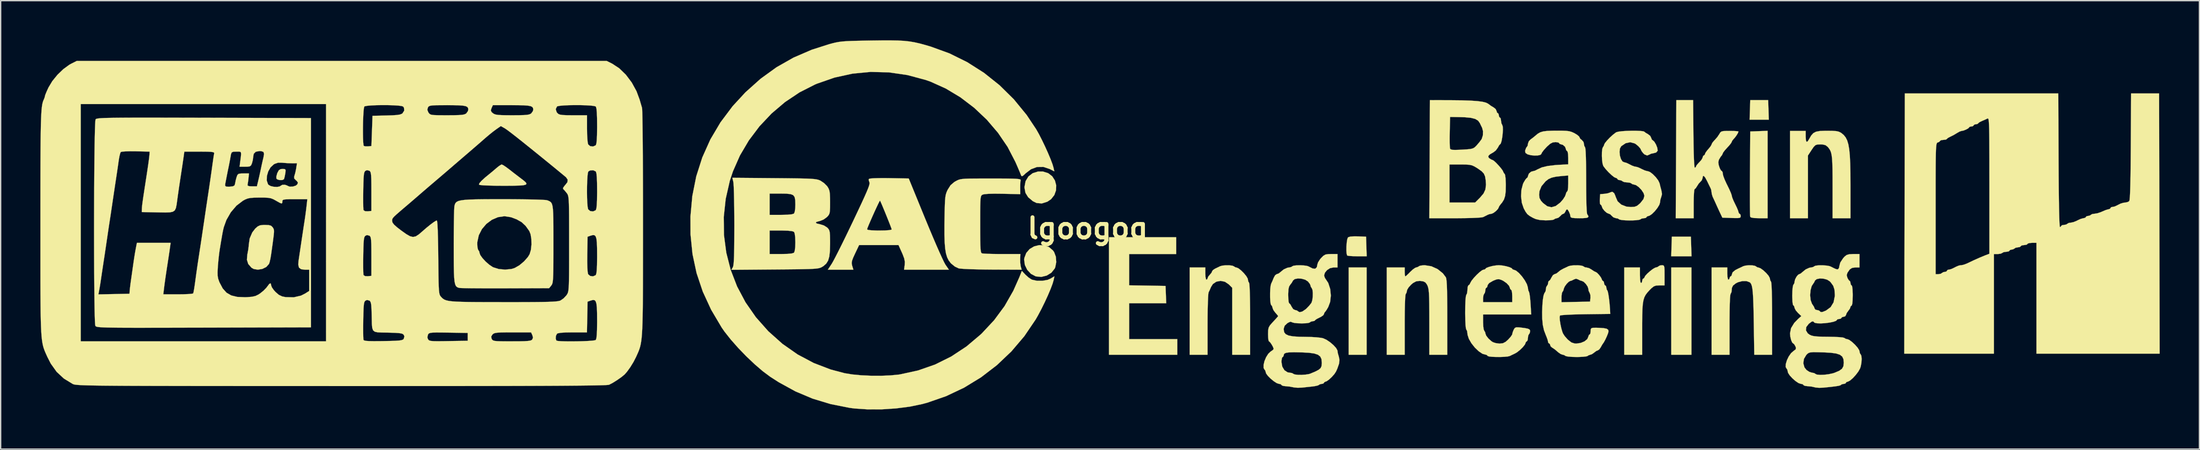
<source format=kicad_pcb>
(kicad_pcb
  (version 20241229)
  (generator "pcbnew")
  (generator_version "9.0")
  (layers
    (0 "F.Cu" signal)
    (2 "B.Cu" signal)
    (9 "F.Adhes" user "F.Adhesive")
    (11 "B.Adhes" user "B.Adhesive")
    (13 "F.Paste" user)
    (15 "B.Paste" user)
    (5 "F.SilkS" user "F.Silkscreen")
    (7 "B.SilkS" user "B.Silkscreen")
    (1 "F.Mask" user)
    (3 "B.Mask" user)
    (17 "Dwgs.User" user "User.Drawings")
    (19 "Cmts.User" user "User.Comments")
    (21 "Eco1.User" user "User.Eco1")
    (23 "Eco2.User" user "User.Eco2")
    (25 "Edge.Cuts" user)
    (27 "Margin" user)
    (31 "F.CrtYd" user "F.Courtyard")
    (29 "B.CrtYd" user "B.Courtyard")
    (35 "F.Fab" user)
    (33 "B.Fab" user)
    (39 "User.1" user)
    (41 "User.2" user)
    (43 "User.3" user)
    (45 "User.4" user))
  (footprint "lgoogog"
    (layer "F.Cu")
    (at 79.168 14.22)
    (property "Reference" "lgoogog" (at 0 0 0) (layer "F.SilkS") (effects (font (size 1.524 1.524) (thickness 0.3))))
    (attr through_hole)
    (fp_poly (pts (xy 21.082 9.567) (xy 19.727 9.567) (xy 19.727 2.963) (xy 21.082 2.963) (xy 21.082 9.567)) (stroke (width 0.01) (type solid)) (fill yes) (layer "F.SilkS"))
    (fp_poly (pts (xy 45.635 9.567) (xy 44.111 9.567) (xy 44.111 2.963) (xy 45.635 2.963) (xy 45.635 9.567)) (stroke (width 0.01) (type solid)) (fill yes) (layer "F.SilkS"))
    (fp_poly (pts (xy 45.642 2.117) (xy 44.105 2.117) (xy 44.154 0.635) (xy 45.593 0.635) (xy 45.642 2.117)) (stroke (width 0.01) (type solid)) (fill yes) (layer "F.SilkS"))
    (fp_poly (pts (xy 51.459 -8.954) (xy 51.484 -8.213) (xy 50.031 -8.213) (xy 50.056 -8.954) (xy 50.08 -9.694) (xy 51.435 -9.694) (xy 51.459 -8.954)) (stroke (width 0.01) (type solid)) (fill yes) (layer "F.SilkS"))
    (fp_poly (pts (xy 6.689 1.947) (xy 3.133 1.947) (xy 3.133 4.314) (xy 5.884 4.36) (xy 5.909 5.016) (xy 5.934 5.673) (xy 3.133 5.673) (xy 3.133 8.382) (xy 6.773 8.382) (xy 6.773 9.567) (xy 1.609 9.567) (xy 1.609 0.677) (xy 6.689 0.677) (xy 6.689 1.947)) (stroke (width 0.01) (type solid)) (fill yes) (layer "F.SilkS"))
    (fp_poly (pts (xy 51.393 -0.762) (xy 50.755 -0.762) (xy 50.37 -0.775) (xy 50.145 -0.816) (xy 50.077 -0.868) (xy 50.068 -0.974) (xy 50.061 -1.23) (xy 50.056 -1.617) (xy 50.053 -2.115) (xy 50.053 -2.705) (xy 50.054 -3.368) (xy 50.058 -4.084) (xy 50.058 -4.149) (xy 50.08 -7.324) (xy 51.393 -7.373) (xy 51.393 -0.762)) (stroke (width 0.01) (type solid)) (fill yes) (layer "F.SilkS"))
    (fp_poly (pts (xy -60.699 -4.479) (xy -60.632 -4.422) (xy -60.635 -4.271) (xy -60.656 -4.136) (xy -60.701 -3.899) (xy -60.745 -3.737) (xy -60.756 -3.712) (xy -60.879 -3.649) (xy -61.072 -3.646) (xy -61.252 -3.695) (xy -61.328 -3.766) (xy -61.329 -3.921) (xy -61.269 -4.144) (xy -61.252 -4.189) (xy -61.143 -4.391) (xy -61.009 -4.475) (xy -60.863 -4.487) (xy -60.699 -4.479)) (stroke (width 0.01) (type solid)) (fill yes) (layer "F.SilkS"))
    (fp_poly (pts (xy 20.418 0.61) (xy 21.04 0.635) (xy 21.064 1.376) (xy 21.089 2.117) (xy 20.38 2.117) (xy 20.048 2.11) (xy 19.785 2.093) (xy 19.633 2.069) (xy 19.614 2.06) (xy 19.572 1.93) (xy 19.553 1.687) (xy 19.556 1.387) (xy 19.578 1.085) (xy 19.617 0.835) (xy 19.67 0.692) (xy 19.677 0.684) (xy 19.837 0.63) (xy 20.133 0.607) (xy 20.418 0.61)) (stroke (width 0.01) (type solid)) (fill yes) (layer "F.SilkS"))
    (fp_poly (pts (xy -3.383 -4.294) (xy -2.985 -4.169) (xy -2.681 -3.932) (xy -2.479 -3.617) (xy -2.382 -3.254) (xy -2.394 -2.876) (xy -2.522 -2.515) (xy -2.768 -2.203) (xy -3.05 -2.011) (xy -3.468 -1.878) (xy -3.862 -1.912) (xy -4.15 -2.053) (xy -4.503 -2.352) (xy -4.706 -2.678) (xy -4.777 -3.063) (xy -4.778 -3.132) (xy -4.696 -3.567) (xy -4.481 -3.919) (xy -4.158 -4.169) (xy -3.752 -4.296) (xy -3.383 -4.294)) (stroke (width 0.01) (type solid)) (fill yes) (layer "F.SilkS"))
    (fp_poly (pts (xy -3.289 1.289) (xy -2.928 1.421) (xy -2.627 1.676) (xy -2.537 1.803) (xy -2.407 2.153) (xy -2.378 2.561) (xy -2.452 2.945) (xy -2.496 3.046) (xy -2.748 3.361) (xy -3.102 3.578) (xy -3.508 3.678) (xy -3.919 3.64) (xy -3.928 3.637) (xy -4.285 3.45) (xy -4.569 3.147) (xy -4.751 2.774) (xy -4.805 2.375) (xy -4.79 2.247) (xy -4.643 1.862) (xy -4.386 1.567) (xy -4.051 1.369) (xy -3.675 1.274) (xy -3.289 1.289)) (stroke (width 0.01) (type solid)) (fill yes) (layer "F.SilkS"))
    (fp_poly (pts (xy -44.183 -4.777) (xy -43.984 -4.646) (xy -43.736 -4.462) (xy -43.709 -4.441) (xy -43.392 -4.193) (xy -43.057 -3.936) (xy -42.82 -3.756) (xy -42.605 -3.59) (xy -42.468 -3.463) (xy -42.421 -3.368) (xy -42.476 -3.301) (xy -42.647 -3.258) (xy -42.945 -3.233) (xy -43.384 -3.221) (xy -43.976 -3.217) (xy -44.191 -3.217) (xy -44.797 -3.221) (xy -45.299 -3.233) (xy -45.681 -3.25) (xy -45.926 -3.274) (xy -46.016 -3.301) (xy -45.984 -3.405) (xy -45.826 -3.589) (xy -45.554 -3.839) (xy -45.228 -4.106) (xy -45.029 -4.269) (xy -44.786 -4.475) (xy -44.699 -4.551) (xy -44.499 -4.712) (xy -44.34 -4.811) (xy -44.292 -4.826) (xy -44.183 -4.777)) (stroke (width 0.01) (type solid)) (fill yes) (layer "F.SilkS"))
    (fp_poly (pts (xy -61.903 -0.242) (xy -61.733 -0.195) (xy -61.622 -0.093) (xy -61.597 -0.058) (xy -61.555 0.007) (xy -61.525 0.072) (xy -61.509 0.158) (xy -61.508 0.288) (xy -61.524 0.486) (xy -61.559 0.774) (xy -61.612 1.176) (xy -61.687 1.713) (xy -61.723 1.97) (xy -61.775 2.286) (xy -61.835 2.551) (xy -61.886 2.699) (xy -62.092 2.928) (xy -62.391 3.075) (xy -62.725 3.13) (xy -63.038 3.08) (xy -63.207 2.983) (xy -63.454 2.702) (xy -63.555 2.381) (xy -63.524 1.982) (xy -63.514 1.941) (xy -63.456 1.634) (xy -63.42 1.351) (xy -63.415 1.252) (xy -63.345 0.768) (xy -63.151 0.316) (xy -62.929 0.027) (xy -62.74 -0.141) (xy -62.561 -0.225) (xy -62.32 -0.252) (xy -62.187 -0.254) (xy -61.903 -0.242)) (stroke (width 0.01) (type solid)) (fill yes) (layer "F.SilkS"))
    (fp_poly (pts (xy 43.495 2.801) (xy 43.555 2.842) (xy 43.588 2.951) (xy 43.601 3.161) (xy 43.603 3.503) (xy 43.603 3.556) (xy 43.603 4.318) (xy 43.208 4.318) (xy 42.967 4.332) (xy 42.79 4.393) (xy 42.611 4.535) (xy 42.467 4.68) (xy 42.302 4.862) (xy 42.172 5.035) (xy 42.075 5.223) (xy 42.006 5.449) (xy 41.959 5.737) (xy 41.93 6.111) (xy 41.916 6.594) (xy 41.91 7.21) (xy 41.91 7.605) (xy 41.91 9.567) (xy 40.555 9.567) (xy 40.555 2.963) (xy 41.741 2.963) (xy 41.741 3.556) (xy 41.752 3.86) (xy 41.782 4.07) (xy 41.825 4.149) (xy 41.825 4.149) (xy 41.894 4.078) (xy 41.91 3.979) (xy 41.945 3.842) (xy 41.995 3.81) (xy 42.075 3.744) (xy 42.079 3.716) (xy 42.142 3.598) (xy 42.3 3.426) (xy 42.508 3.24) (xy 42.72 3.077) (xy 42.891 2.979) (xy 42.942 2.967) (xy 43.096 2.919) (xy 43.138 2.879) (xy 43.254 2.813) (xy 43.397 2.794) (xy 43.495 2.801)) (stroke (width 0.01) (type solid)) (fill yes) (layer "F.SilkS"))
    (fp_poly (pts (xy 56.289 -7.372) (xy 56.567 -7.353) (xy 56.761 -7.312) (xy 56.909 -7.244) (xy 56.979 -7.198) (xy 57.152 -7.052) (xy 57.293 -6.874) (xy 57.407 -6.647) (xy 57.495 -6.353) (xy 57.561 -5.975) (xy 57.607 -5.497) (xy 57.637 -4.903) (xy 57.653 -4.174) (xy 57.658 -3.294) (xy 57.658 -3.216) (xy 57.658 -0.762) (xy 56.303 -0.762) (xy 56.303 -3.129) (xy 56.302 -3.868) (xy 56.297 -4.459) (xy 56.284 -4.922) (xy 56.263 -5.277) (xy 56.23 -5.545) (xy 56.183 -5.748) (xy 56.119 -5.904) (xy 56.035 -6.036) (xy 55.934 -6.16) (xy 55.766 -6.29) (xy 55.532 -6.344) (xy 55.378 -6.348) (xy 55.155 -6.338) (xy 55.006 -6.288) (xy 54.878 -6.161) (xy 54.716 -5.926) (xy 54.441 -5.505) (xy 54.441 -0.762) (xy 53.086 -0.762) (xy 53.086 -7.366) (xy 54.271 -7.366) (xy 54.271 -6.943) (xy 54.288 -6.657) (xy 54.339 -6.537) (xy 54.426 -6.581) (xy 54.532 -6.752) (xy 54.687 -7.02) (xy 54.848 -7.199) (xy 55.052 -7.307) (xy 55.339 -7.36) (xy 55.746 -7.376) (xy 55.882 -7.377) (xy 56.289 -7.372)) (stroke (width 0.01) (type solid)) (fill yes) (layer "F.SilkS"))
    (fp_poly (pts (xy 10.708 2.8) (xy 10.931 2.827) (xy 11.048 2.877) (xy 11.049 2.879) (xy 11.171 2.955) (xy 11.234 2.963) (xy 11.388 3.026) (xy 11.594 3.186) (xy 11.808 3.399) (xy 11.99 3.622) (xy 12.096 3.809) (xy 12.107 3.867) (xy 12.142 4.039) (xy 12.192 4.106) (xy 12.217 4.206) (xy 12.238 4.468) (xy 12.255 4.882) (xy 12.267 5.441) (xy 12.275 6.136) (xy 12.277 6.863) (xy 12.277 9.567) (xy 10.922 9.567) (xy 10.922 4.5) (xy 10.661 4.24) (xy 10.367 4.043) (xy 10.04 3.978) (xy 9.724 4.038) (xy 9.462 4.217) (xy 9.321 4.441) (xy 9.223 4.671) (xy 9.138 4.846) (xy 9.117 4.967) (xy 9.099 5.234) (xy 9.083 5.623) (xy 9.07 6.11) (xy 9.062 6.671) (xy 9.059 7.28) (xy 9.059 9.567) (xy 7.705 9.567) (xy 7.705 2.963) (xy 8.89 2.963) (xy 8.89 3.429) (xy 8.904 3.684) (xy 8.94 3.853) (xy 8.975 3.895) (xy 9.052 3.827) (xy 9.059 3.781) (xy 9.117 3.643) (xy 9.229 3.514) (xy 9.356 3.365) (xy 9.398 3.261) (xy 9.467 3.158) (xy 9.631 3.052) (xy 9.852 2.947) (xy 10.011 2.869) (xy 10.188 2.821) (xy 10.441 2.798) (xy 10.708 2.8)) (stroke (width 0.01) (type solid)) (fill yes) (layer "F.SilkS"))
    (fp_poly (pts (xy 25.975 2.872) (xy 26.446 3.085) (xy 26.845 3.406) (xy 27.072 3.708) (xy 27.103 3.809) (xy 27.128 4.004) (xy 27.148 4.303) (xy 27.162 4.722) (xy 27.171 5.271) (xy 27.177 5.966) (xy 27.178 6.73) (xy 27.178 9.567) (xy 25.823 9.567) (xy 25.823 7.069) (xy 25.822 6.327) (xy 25.818 5.735) (xy 25.809 5.273) (xy 25.793 4.92) (xy 25.767 4.658) (xy 25.729 4.465) (xy 25.678 4.322) (xy 25.612 4.209) (xy 25.528 4.106) (xy 25.512 4.088) (xy 25.367 4.017) (xy 25.136 3.981) (xy 25.084 3.979) (xy 24.825 4.014) (xy 24.593 4.139) (xy 24.443 4.266) (xy 24.26 4.467) (xy 24.147 4.654) (xy 24.13 4.727) (xy 24.093 4.893) (xy 24.045 4.953) (xy 24.018 5.054) (xy 23.996 5.314) (xy 23.979 5.722) (xy 23.967 6.269) (xy 23.961 6.943) (xy 23.961 7.286) (xy 23.961 9.567) (xy 22.606 9.567) (xy 22.606 2.963) (xy 23.961 2.963) (xy 23.961 3.302) (xy 23.971 3.514) (xy 23.996 3.632) (xy 24.006 3.641) (xy 24.085 3.584) (xy 24.24 3.439) (xy 24.374 3.302) (xy 24.577 3.113) (xy 24.753 2.99) (xy 24.832 2.963) (xy 24.981 2.916) (xy 25.019 2.879) (xy 25.128 2.829) (xy 25.345 2.799) (xy 25.482 2.794) (xy 25.975 2.872)) (stroke (width 0.01) (type solid)) (fill yes) (layer "F.SilkS"))
    (fp_poly (pts (xy 50.237 2.804) (xy 50.433 2.837) (xy 50.504 2.879) (xy 50.625 2.955) (xy 50.699 2.967) (xy 50.862 3.03) (xy 51.074 3.185) (xy 51.291 3.388) (xy 51.468 3.596) (xy 51.558 3.766) (xy 51.562 3.795) (xy 51.599 3.961) (xy 51.647 4.022) (xy 51.672 4.122) (xy 51.693 4.383) (xy 51.71 4.798) (xy 51.722 5.357) (xy 51.729 6.054) (xy 51.731 6.821) (xy 51.731 9.567) (xy 50.384 9.567) (xy 50.348 7.218) (xy 50.334 6.416) (xy 50.318 5.767) (xy 50.298 5.254) (xy 50.272 4.858) (xy 50.24 4.564) (xy 50.198 4.355) (xy 50.147 4.212) (xy 50.083 4.12) (xy 50.048 4.089) (xy 49.804 3.996) (xy 49.486 3.994) (xy 49.157 4.079) (xy 48.98 4.17) (xy 48.777 4.333) (xy 48.694 4.508) (xy 48.684 4.631) (xy 48.66 4.834) (xy 48.601 4.952) (xy 48.599 4.953) (xy 48.572 5.054) (xy 48.549 5.314) (xy 48.532 5.722) (xy 48.521 6.269) (xy 48.515 6.943) (xy 48.514 7.286) (xy 48.514 9.567) (xy 47.159 9.567) (xy 47.159 2.963) (xy 48.345 2.963) (xy 48.345 3.429) (xy 48.359 3.684) (xy 48.394 3.853) (xy 48.429 3.895) (xy 48.504 3.826) (xy 48.514 3.768) (xy 48.56 3.655) (xy 48.599 3.641) (xy 48.673 3.572) (xy 48.683 3.508) (xy 48.748 3.327) (xy 48.954 3.159) (xy 49.149 3.059) (xy 49.375 2.954) (xy 49.55 2.869) (xy 49.732 2.819) (xy 49.982 2.797) (xy 50.237 2.804)) (stroke (width 0.01) (type solid)) (fill yes) (layer "F.SilkS"))
    (fp_poly (pts (xy -14.989 -3.794) (xy -13.528 -3.768) (xy -12.274 -0.702) (xy -11.986 -0.006) (xy -11.708 0.654) (xy -11.449 1.26) (xy -11.216 1.79) (xy -11.018 2.225) (xy -10.865 2.546) (xy -10.765 2.733) (xy -10.755 2.748) (xy -10.491 3.133) (xy -13.882 3.133) (xy -13.834 2.773) (xy -13.823 2.531) (xy -13.87 2.284) (xy -13.987 1.971) (xy -14.044 1.841) (xy -14.302 1.27) (xy -17.28 1.27) (xy -17.585 1.911) (xy -17.735 2.239) (xy -17.816 2.464) (xy -17.84 2.632) (xy -17.816 2.787) (xy -17.8 2.842) (xy -17.711 3.133) (xy -19.644 3.133) (xy -19.351 2.688) (xy -19.247 2.508) (xy -19.081 2.196) (xy -18.864 1.772) (xy -18.606 1.257) (xy -18.319 0.672) (xy -18.034 0.083) (xy -16.679 0.083) (xy -16.598 0.123) (xy -16.367 0.151) (xy -16.004 0.167) (xy -15.748 0.169) (xy -15.318 0.162) (xy -15.01 0.14) (xy -14.843 0.107) (xy -14.817 0.083) (xy -14.847 -0.015) (xy -14.929 -0.233) (xy -15.047 -0.535) (xy -15.187 -0.885) (xy -15.334 -1.247) (xy -15.474 -1.585) (xy -15.592 -1.864) (xy -15.674 -2.046) (xy -15.701 -2.097) (xy -15.742 -2.035) (xy -15.835 -1.851) (xy -15.964 -1.578) (xy -16.116 -1.249) (xy -16.274 -0.896) (xy -16.424 -0.554) (xy -16.552 -0.255) (xy -16.642 -0.033) (xy -16.679 0.08) (xy -16.679 0.083) (xy -18.034 0.083) (xy -18.012 0.038) (xy -17.732 -0.547) (xy -17.382 -1.287) (xy -17.099 -1.89) (xy -16.879 -2.37) (xy -16.714 -2.743) (xy -16.599 -3.022) (xy -16.527 -3.224) (xy -16.493 -3.362) (xy -16.491 -3.451) (xy -16.508 -3.499) (xy -16.561 -3.67) (xy -16.529 -3.74) (xy -16.42 -3.766) (xy -16.167 -3.785) (xy -15.796 -3.796) (xy -15.335 -3.798) (xy -14.989 -3.794)) (stroke (width 0.01) (type solid)) (fill yes) (layer "F.SilkS"))
    (fp_poly (pts (xy -6.636 -3.767) (xy -6.1 -3.763) (xy -5.698 -3.756) (xy -5.412 -3.744) (xy -5.224 -3.726) (xy -5.118 -3.702) (xy -5.074 -3.671) (xy -5.072 -3.641) (xy -5.091 -3.488) (xy -5.101 -3.234) (xy -5.102 -3.048) (xy -5.097 -2.582) (xy -6.435 -2.611) (xy -7.056 -2.617) (xy -7.521 -2.606) (xy -7.826 -2.578) (xy -7.951 -2.544) (xy -8.005 -2.51) (xy -8.047 -2.458) (xy -8.078 -2.368) (xy -8.1 -2.221) (xy -8.114 -1.996) (xy -8.123 -1.672) (xy -8.127 -1.229) (xy -8.128 -0.648) (xy -8.128 -0.302) (xy -8.127 0.364) (xy -8.123 0.88) (xy -8.115 1.265) (xy -8.101 1.538) (xy -8.082 1.72) (xy -8.054 1.828) (xy -8.018 1.882) (xy -7.994 1.896) (xy -7.867 1.913) (xy -7.603 1.928) (xy -7.232 1.939) (xy -6.788 1.946) (xy -6.474 1.947) (xy -5.088 1.947) (xy -5.105 2.307) (xy -5.101 2.597) (xy -5.068 2.857) (xy -5.057 2.9) (xy -4.992 3.133) (xy -7.216 3.124) (xy -7.831 3.118) (xy -8.405 3.107) (xy -8.912 3.092) (xy -9.325 3.073) (xy -9.619 3.051) (xy -9.755 3.032) (xy -10.039 2.897) (xy -10.321 2.668) (xy -10.359 2.627) (xy -10.508 2.432) (xy -10.625 2.198) (xy -10.713 1.907) (xy -10.774 1.537) (xy -10.813 1.07) (xy -10.831 0.485) (xy -10.831 -0.238) (xy -10.824 -0.708) (xy -10.813 -1.307) (xy -10.8 -1.764) (xy -10.784 -2.104) (xy -10.761 -2.356) (xy -10.728 -2.544) (xy -10.682 -2.697) (xy -10.621 -2.841) (xy -10.582 -2.921) (xy -10.369 -3.258) (xy -10.093 -3.495) (xy -9.991 -3.556) (xy -9.874 -3.619) (xy -9.763 -3.668) (xy -9.636 -3.705) (xy -9.471 -3.731) (xy -9.246 -3.749) (xy -8.938 -3.76) (xy -8.527 -3.765) (xy -7.99 -3.767) (xy -7.324 -3.768) (xy -6.636 -3.767)) (stroke (width 0.01) (type solid)) (fill yes) (layer "F.SilkS"))
    (fp_poly (pts (xy -43.452 -2.199) (xy -42.784 -2.193) (xy -42.184 -2.184) (xy -41.672 -2.172) (xy -41.268 -2.157) (xy -40.994 -2.141) (xy -40.87 -2.124) (xy -40.745 -2.076) (xy -40.643 -2.025) (xy -40.563 -1.955) (xy -40.501 -1.849) (xy -40.456 -1.689) (xy -40.424 -1.458) (xy -40.404 -1.141) (xy -40.393 -0.718) (xy -40.387 -0.175) (xy -40.386 0.507) (xy -40.386 1.182) (xy -40.386 1.969) (xy -40.388 2.605) (xy -40.393 3.106) (xy -40.401 3.492) (xy -40.413 3.779) (xy -40.43 3.985) (xy -40.453 4.128) (xy -40.483 4.225) (xy -40.522 4.295) (xy -40.548 4.33) (xy -40.71 4.53) (xy -43.998 4.541) (xy -44.735 4.542) (xy -45.424 4.542) (xy -46.045 4.539) (xy -46.58 4.536) (xy -47.007 4.53) (xy -47.309 4.523) (xy -47.464 4.515) (xy -47.476 4.514) (xy -47.592 4.485) (xy -47.686 4.438) (xy -47.76 4.357) (xy -47.817 4.225) (xy -47.859 4.025) (xy -47.887 3.741) (xy -47.906 3.356) (xy -47.916 2.853) (xy -47.92 2.215) (xy -47.921 1.426) (xy -47.921 1.346) (xy -47.921 1.179) (xy -46.143 1.179) (xy -46.128 1.432) (xy -46.087 1.608) (xy -46.059 1.651) (xy -45.986 1.771) (xy -45.974 1.856) (xy -45.91 2.031) (xy -45.743 2.264) (xy -45.509 2.516) (xy -45.245 2.749) (xy -44.986 2.924) (xy -44.939 2.949) (xy -44.518 3.082) (xy -44.035 3.126) (xy -43.567 3.08) (xy -43.315 3.004) (xy -42.959 2.799) (xy -42.607 2.504) (xy -42.316 2.174) (xy -42.186 1.959) (xy -42.089 1.638) (xy -42.045 1.239) (xy -42.053 0.823) (xy -42.112 0.452) (xy -42.208 0.209) (xy -42.487 -0.181) (xy -42.79 -0.464) (xy -43.167 -0.678) (xy -43.595 -0.838) (xy -44.086 -0.914) (xy -44.576 -0.842) (xy -45.04 -0.642) (xy -45.454 -0.333) (xy -45.791 0.063) (xy -46.028 0.529) (xy -46.138 1.043) (xy -46.143 1.179) (xy -47.921 1.179) (xy -47.92 0.667) (xy -47.915 0.032) (xy -47.908 -0.536) (xy -47.899 -1.014) (xy -47.889 -1.381) (xy -47.877 -1.614) (xy -47.869 -1.678) (xy -47.838 -1.805) (xy -47.789 -1.91) (xy -47.706 -1.994) (xy -47.576 -2.061) (xy -47.381 -2.111) (xy -47.107 -2.148) (xy -46.738 -2.173) (xy -46.259 -2.189) (xy -45.654 -2.197) (xy -44.909 -2.201) (xy -44.168 -2.201) (xy -43.452 -2.199)) (stroke (width 0.01) (type solid)) (fill yes) (layer "F.SilkS"))
    (fp_poly (pts (xy -23.696 -3.794) (xy -22.876 -3.787) (xy -22.207 -3.779) (xy -21.672 -3.771) (xy -21.253 -3.76) (xy -20.932 -3.745) (xy -20.692 -3.727) (xy -20.515 -3.703) (xy -20.382 -3.674) (xy -20.277 -3.637) (xy -20.194 -3.598) (xy -19.93 -3.42) (xy -19.702 -3.193) (xy -19.665 -3.141) (xy -19.577 -2.989) (xy -19.52 -2.825) (xy -19.489 -2.606) (xy -19.476 -2.291) (xy -19.473 -1.971) (xy -19.475 -1.573) (xy -19.487 -1.306) (xy -19.517 -1.13) (xy -19.574 -1.007) (xy -19.665 -0.897) (xy -19.715 -0.846) (xy -19.957 -0.669) (xy -20.231 -0.554) (xy -20.265 -0.547) (xy -20.496 -0.485) (xy -20.559 -0.419) (xy -20.454 -0.355) (xy -20.23 -0.305) (xy -19.938 -0.213) (xy -19.695 -0.059) (xy -19.679 -0.044) (xy -19.591 0.054) (xy -19.533 0.161) (xy -19.498 0.313) (xy -19.48 0.545) (xy -19.474 0.891) (xy -19.473 1.162) (xy -19.486 1.717) (xy -19.533 2.135) (xy -19.622 2.444) (xy -19.765 2.674) (xy -19.972 2.855) (xy -20.076 2.921) (xy -20.156 2.964) (xy -20.249 2.999) (xy -20.372 3.028) (xy -20.542 3.051) (xy -20.775 3.068) (xy -21.09 3.082) (xy -21.503 3.092) (xy -22.03 3.101) (xy -22.691 3.108) (xy -23.5 3.115) (xy -23.649 3.116) (xy -26.935 3.142) (xy -26.824 2.947) (xy -26.792 2.854) (xy -26.767 2.685) (xy -26.747 2.427) (xy -26.732 2.065) (xy -26.722 1.584) (xy -26.716 0.97) (xy -26.713 0.208) (xy -26.713 0.169) (xy -24.045 0.169) (xy -24.045 1.947) (xy -23.173 1.947) (xy -22.703 1.937) (xy -22.378 1.905) (xy -22.21 1.854) (xy -22.2 1.846) (xy -22.145 1.703) (xy -22.109 1.421) (xy -22.098 1.058) (xy -22.111 0.674) (xy -22.148 0.4) (xy -22.2 0.271) (xy -22.345 0.217) (xy -22.648 0.183) (xy -23.099 0.17) (xy -23.173 0.169) (xy -24.045 0.169) (xy -26.713 0.169) (xy -26.712 -0.212) (xy -26.714 -0.918) (xy -26.72 -1.583) (xy -26.73 -2.184) (xy -26.74 -2.625) (xy -24.045 -2.625) (xy -24.045 -1.016) (xy -23.173 -1.016) (xy -22.703 -1.027) (xy -22.378 -1.058) (xy -22.21 -1.109) (xy -22.2 -1.118) (xy -22.144 -1.257) (xy -22.108 -1.518) (xy -22.098 -1.789) (xy -22.107 -2.129) (xy -22.153 -2.362) (xy -22.262 -2.508) (xy -22.461 -2.586) (xy -22.778 -2.619) (xy -23.205 -2.625) (xy -24.045 -2.625) (xy -26.74 -2.625) (xy -26.742 -2.7) (xy -26.756 -3.107) (xy -26.772 -3.385) (xy -26.786 -3.498) (xy -26.86 -3.821) (xy -23.696 -3.794)) (stroke (width 0.01) (type solid)) (fill yes) (layer "F.SilkS"))
    (fp_poly (pts (xy 45.785 -7.133) (xy 45.794 -6.361) (xy 45.808 -5.715) (xy 45.825 -5.205) (xy 45.846 -4.839) (xy 45.87 -4.626) (xy 45.891 -4.572) (xy 45.97 -4.638) (xy 45.974 -4.665) (xy 46.031 -4.777) (xy 46.174 -4.943) (xy 46.228 -4.995) (xy 46.389 -5.177) (xy 46.477 -5.336) (xy 46.482 -5.368) (xy 46.525 -5.486) (xy 46.567 -5.503) (xy 46.646 -5.57) (xy 46.652 -5.609) (xy 46.706 -5.732) (xy 46.842 -5.914) (xy 46.906 -5.986) (xy 47.062 -6.173) (xy 47.151 -6.32) (xy 47.159 -6.354) (xy 47.216 -6.472) (xy 47.355 -6.639) (xy 47.392 -6.676) (xy 47.585 -6.894) (xy 47.738 -7.12) (xy 47.745 -7.133) (xy 47.815 -7.25) (xy 47.902 -7.319) (xy 48.049 -7.354) (xy 48.297 -7.365) (xy 48.528 -7.366) (xy 48.839 -7.361) (xy 49.072 -7.347) (xy 49.186 -7.328) (xy 49.191 -7.323) (xy 49.143 -7.192) (xy 49.026 -7.002) (xy 48.886 -6.821) (xy 48.831 -6.764) (xy 48.716 -6.624) (xy 48.683 -6.541) (xy 48.628 -6.438) (xy 48.487 -6.26) (xy 48.345 -6.106) (xy 48.16 -5.902) (xy 48.037 -5.738) (xy 48.006 -5.669) (xy 47.953 -5.548) (xy 47.837 -5.399) (xy 47.71 -5.188) (xy 47.667 -4.996) (xy 47.697 -4.784) (xy 47.77 -4.56) (xy 47.862 -4.384) (xy 47.943 -4.319) (xy 47.991 -4.246) (xy 48.006 -4.118) (xy 48.044 -3.953) (xy 48.144 -3.688) (xy 48.288 -3.372) (xy 48.345 -3.26) (xy 48.498 -2.946) (xy 48.616 -2.677) (xy 48.678 -2.498) (xy 48.683 -2.462) (xy 48.721 -2.318) (xy 48.818 -2.081) (xy 48.937 -1.834) (xy 49.069 -1.562) (xy 49.161 -1.339) (xy 49.191 -1.223) (xy 49.239 -1.113) (xy 49.276 -1.101) (xy 49.344 -1.03) (xy 49.361 -0.928) (xy 49.349 -0.843) (xy 49.291 -0.794) (xy 49.154 -0.773) (xy 48.902 -0.772) (xy 48.666 -0.78) (xy 47.971 -0.804) (xy 47.83 -1.101) (xy 47.709 -1.358) (xy 47.565 -1.673) (xy 47.499 -1.82) (xy 47.378 -2.087) (xy 47.275 -2.308) (xy 47.235 -2.391) (xy 47.17 -2.604) (xy 47.159 -2.709) (xy 47.122 -2.931) (xy 47.084 -3.028) (xy 47.005 -3.188) (xy 46.886 -3.432) (xy 46.817 -3.577) (xy 46.671 -3.844) (xy 46.562 -3.966) (xy 46.497 -3.937) (xy 46.482 -3.815) (xy 46.418 -3.632) (xy 46.334 -3.54) (xy 46.186 -3.383) (xy 46.066 -3.196) (xy 45.961 -3.033) (xy 45.876 -2.963) (xy 45.875 -2.963) (xy 45.849 -2.884) (xy 45.827 -2.667) (xy 45.812 -2.343) (xy 45.805 -1.944) (xy 45.805 -1.863) (xy 45.805 -0.762) (xy 44.449 -0.762) (xy 44.492 -9.694) (xy 45.762 -9.694) (xy 45.785 -7.133)) (stroke (width 0.01) (type solid)) (fill yes) (layer "F.SilkS"))
    (fp_poly (pts (xy 27.474 -9.689) (xy 28.285 -9.68) (xy 28.94 -9.658) (xy 29.453 -9.623) (xy 29.837 -9.572) (xy 30.105 -9.505) (xy 30.271 -9.42) (xy 30.286 -9.408) (xy 30.477 -9.266) (xy 30.671 -9.151) (xy 30.836 -9.02) (xy 30.903 -8.876) (xy 30.942 -8.746) (xy 30.988 -8.721) (xy 31.057 -8.65) (xy 31.073 -8.551) (xy 31.108 -8.414) (xy 31.157 -8.382) (xy 31.218 -8.309) (xy 31.242 -8.145) (xy 31.273 -7.937) (xy 31.335 -7.814) (xy 31.374 -7.69) (xy 31.383 -7.459) (xy 31.367 -7.169) (xy 31.331 -6.866) (xy 31.282 -6.598) (xy 31.223 -6.411) (xy 31.168 -6.35) (xy 31.1 -6.281) (xy 31.01 -6.115) (xy 31.008 -6.11) (xy 30.852 -5.892) (xy 30.669 -5.75) (xy 30.399 -5.592) (xy 30.279 -5.465) (xy 30.298 -5.353) (xy 30.364 -5.29) (xy 30.52 -5.194) (xy 30.601 -5.167) (xy 30.706 -5.105) (xy 30.874 -4.95) (xy 31.067 -4.745) (xy 31.247 -4.534) (xy 31.374 -4.358) (xy 31.411 -4.271) (xy 31.472 -4.149) (xy 31.504 -4.132) (xy 31.551 -4.033) (xy 31.585 -3.782) (xy 31.602 -3.398) (xy 31.604 -3.279) (xy 31.595 -2.802) (xy 31.553 -2.45) (xy 31.466 -2.179) (xy 31.324 -1.948) (xy 31.221 -1.826) (xy 31.109 -1.676) (xy 31.073 -1.589) (xy 31.01 -1.464) (xy 30.86 -1.306) (xy 30.682 -1.168) (xy 30.535 -1.101) (xy 30.525 -1.101) (xy 30.343 -1.064) (xy 30.225 -1.016) (xy 30.001 -0.903) (xy 29.888 -0.847) (xy 29.752 -0.82) (xy 29.469 -0.798) (xy 29.061 -0.78) (xy 28.55 -0.768) (xy 27.958 -0.762) (xy 27.771 -0.762) (xy 25.822 -0.762) (xy 25.842 -4.826) (xy 27.347 -4.826) (xy 27.347 -1.947) (xy 29.281 -1.947) (xy 29.657 -2.323) (xy 29.918 -2.63) (xy 30.061 -2.937) (xy 30.104 -3.3) (xy 30.082 -3.646) (xy 30.034 -3.93) (xy 29.943 -4.138) (xy 29.775 -4.317) (xy 29.496 -4.516) (xy 29.425 -4.561) (xy 29.22 -4.684) (xy 29.044 -4.762) (xy 28.846 -4.804) (xy 28.579 -4.822) (xy 28.194 -4.826) (xy 28.177 -4.826) (xy 27.347 -4.826) (xy 25.842 -4.826) (xy 25.844 -5.228) (xy 25.852 -6.855) (xy 27.36 -6.855) (xy 27.362 -6.48) (xy 27.371 -6.196) (xy 27.385 -6.038) (xy 27.389 -6.025) (xy 27.441 -5.969) (xy 27.562 -5.938) (xy 27.782 -5.93) (xy 28.13 -5.941) (xy 28.29 -5.949) (xy 28.679 -5.973) (xy 28.94 -6) (xy 29.112 -6.044) (xy 29.238 -6.115) (xy 29.356 -6.227) (xy 29.41 -6.286) (xy 29.598 -6.505) (xy 29.748 -6.706) (xy 29.782 -6.758) (xy 29.869 -7.032) (xy 29.878 -7.351) (xy 29.813 -7.6) (xy 29.719 -7.791) (xy 29.639 -7.961) (xy 29.506 -8.144) (xy 29.289 -8.274) (xy 28.964 -8.356) (xy 28.507 -8.4) (xy 28.217 -8.409) (xy 27.39 -8.424) (xy 27.366 -7.286) (xy 27.36 -6.855) (xy 25.852 -6.855) (xy 25.866 -9.694) (xy 27.474 -9.689)) (stroke (width 0.01) (type solid)) (fill yes) (layer "F.SilkS"))
    (fp_poly (pts (xy 31.335 2.814) (xy 31.617 2.867) (xy 31.869 2.938) (xy 32.041 3.014) (xy 32.089 3.069) (xy 32.156 3.128) (xy 32.199 3.133) (xy 32.379 3.203) (xy 32.6 3.387) (xy 32.831 3.646) (xy 33.04 3.94) (xy 33.197 4.23) (xy 33.272 4.475) (xy 33.274 4.515) (xy 33.304 4.703) (xy 33.348 4.788) (xy 33.384 4.903) (xy 33.423 5.145) (xy 33.457 5.475) (xy 33.473 5.694) (xy 33.523 6.519) (xy 29.887 6.519) (xy 29.887 7.107) (xy 29.899 7.407) (xy 29.929 7.636) (xy 29.971 7.746) (xy 29.972 7.747) (xy 30.046 7.868) (xy 30.057 7.942) (xy 30.121 8.12) (xy 30.285 8.334) (xy 30.504 8.533) (xy 30.628 8.615) (xy 30.839 8.685) (xy 31.108 8.72) (xy 31.148 8.721) (xy 31.39 8.693) (xy 31.594 8.586) (xy 31.784 8.416) (xy 31.959 8.222) (xy 32.069 8.064) (xy 32.089 8.009) (xy 32.123 7.863) (xy 32.194 7.684) (xy 32.277 7.547) (xy 32.388 7.49) (xy 32.588 7.493) (xy 32.681 7.503) (xy 33.046 7.549) (xy 33.273 7.596) (xy 33.394 7.653) (xy 33.439 7.734) (xy 33.443 7.786) (xy 33.404 7.947) (xy 33.359 8.001) (xy 33.298 8.115) (xy 33.274 8.302) (xy 33.249 8.479) (xy 33.189 8.551) (xy 33.111 8.619) (xy 33.105 8.661) (xy 33.042 8.803) (xy 32.883 9) (xy 32.669 9.208) (xy 32.443 9.386) (xy 32.297 9.471) (xy 32.072 9.577) (xy 31.899 9.662) (xy 31.749 9.699) (xy 31.496 9.723) (xy 31.185 9.735) (xy 30.86 9.734) (xy 30.563 9.722) (xy 30.339 9.697) (xy 30.23 9.661) (xy 30.226 9.652) (xy 30.157 9.577) (xy 30.098 9.567) (xy 29.841 9.495) (xy 29.552 9.302) (xy 29.263 9.025) (xy 29.005 8.7) (xy 28.81 8.363) (xy 28.709 8.051) (xy 28.702 7.961) (xy 28.676 7.767) (xy 28.617 7.662) (xy 28.584 7.559) (xy 28.558 7.31) (xy 28.541 6.937) (xy 28.533 6.464) (xy 28.533 6.35) (xy 28.538 5.858) (xy 28.554 5.461) (xy 28.568 5.297) (xy 29.887 5.297) (xy 29.887 5.588) (xy 32.089 5.588) (xy 32.089 5.122) (xy 32.075 4.867) (xy 32.039 4.698) (xy 32.004 4.657) (xy 31.93 4.588) (xy 31.919 4.526) (xy 31.848 4.35) (xy 31.665 4.152) (xy 31.414 3.976) (xy 31.274 3.907) (xy 31.094 3.851) (xy 30.928 3.859) (xy 30.707 3.942) (xy 30.618 3.983) (xy 30.34 4.147) (xy 30.229 4.3) (xy 30.226 4.327) (xy 30.189 4.46) (xy 30.141 4.487) (xy 30.077 4.56) (xy 30.057 4.694) (xy 30.025 4.873) (xy 29.972 4.953) (xy 29.915 5.066) (xy 29.888 5.271) (xy 29.887 5.297) (xy 28.568 5.297) (xy 28.578 5.183) (xy 28.61 5.046) (xy 28.617 5.038) (xy 28.671 4.927) (xy 28.7 4.716) (xy 28.702 4.652) (xy 28.72 4.441) (xy 28.764 4.326) (xy 28.781 4.318) (xy 28.866 4.248) (xy 28.917 4.139) (xy 29.011 3.97) (xy 29.187 3.75) (xy 29.404 3.518) (xy 29.626 3.313) (xy 29.814 3.172) (xy 29.914 3.133) (xy 30.037 3.101) (xy 30.057 3.069) (xy 30.133 2.998) (xy 30.327 2.922) (xy 30.59 2.853) (xy 30.872 2.807) (xy 31.073 2.794) (xy 31.335 2.814)) (stroke (width 0.01) (type solid)) (fill yes) (layer "F.SilkS"))
    (fp_poly (pts (xy 35.848 -7.384) (xy 36.167 -7.372) (xy 36.399 -7.342) (xy 36.585 -7.289) (xy 36.767 -7.207) (xy 36.789 -7.196) (xy 37.007 -7.063) (xy 37.145 -6.941) (xy 37.169 -6.89) (xy 37.236 -6.766) (xy 37.338 -6.689) (xy 37.476 -6.532) (xy 37.507 -6.394) (xy 37.539 -6.216) (xy 37.592 -6.138) (xy 37.618 -6.038) (xy 37.64 -5.777) (xy 37.657 -5.366) (xy 37.669 -4.813) (xy 37.675 -4.127) (xy 37.677 -3.598) (xy 37.68 -2.829) (xy 37.688 -2.186) (xy 37.702 -1.679) (xy 37.72 -1.316) (xy 37.743 -1.108) (xy 37.761 -1.058) (xy 37.839 -0.936) (xy 37.846 -0.884) (xy 37.81 -0.821) (xy 37.683 -0.783) (xy 37.436 -0.765) (xy 37.169 -0.762) (xy 36.819 -0.768) (xy 36.609 -0.791) (xy 36.51 -0.835) (xy 36.491 -0.885) (xy 36.458 -1.055) (xy 36.379 -1.248) (xy 36.288 -1.397) (xy 36.229 -1.439) (xy 36.155 -1.37) (xy 36.11 -1.27) (xy 36.024 -1.133) (xy 35.954 -1.101) (xy 35.83 -1.038) (xy 35.729 -0.931) (xy 35.579 -0.799) (xy 35.462 -0.762) (xy 35.307 -0.718) (xy 35.264 -0.677) (xy 35.159 -0.637) (xy 34.932 -0.609) (xy 34.631 -0.6) (xy 34.603 -0.6) (xy 34.182 -0.625) (xy 33.864 -0.698) (xy 33.655 -0.791) (xy 33.399 -0.937) (xy 33.233 -1.069) (xy 33.103 -1.242) (xy 32.956 -1.511) (xy 32.814 -1.926) (xy 32.757 -2.415) (xy 32.763 -2.533) (xy 34.121 -2.533) (xy 34.151 -2.289) (xy 34.263 -2.081) (xy 34.42 -1.908) (xy 34.737 -1.668) (xy 35.05 -1.592) (xy 35.371 -1.683) (xy 35.711 -1.94) (xy 35.722 -1.95) (xy 35.927 -2.184) (xy 36.077 -2.419) (xy 36.124 -2.542) (xy 36.18 -2.719) (xy 36.247 -2.794) (xy 36.248 -2.794) (xy 36.284 -2.872) (xy 36.311 -3.076) (xy 36.322 -3.364) (xy 36.322 -3.394) (xy 36.322 -3.994) (xy 35.835 -3.954) (xy 35.39 -3.904) (xy 35.069 -3.831) (xy 34.826 -3.721) (xy 34.617 -3.558) (xy 34.603 -3.544) (xy 34.301 -3.185) (xy 34.149 -2.813) (xy 34.121 -2.533) (xy 32.763 -2.533) (xy 32.784 -2.911) (xy 32.898 -3.348) (xy 32.951 -3.463) (xy 33.074 -3.669) (xy 33.175 -3.793) (xy 33.205 -3.81) (xy 33.265 -3.879) (xy 33.274 -3.943) (xy 33.346 -4.135) (xy 33.514 -4.281) (xy 33.652 -4.318) (xy 33.819 -4.362) (xy 34 -4.457) (xy 34.32 -4.606) (xy 34.768 -4.714) (xy 35.361 -4.784) (xy 35.623 -4.801) (xy 36.322 -4.838) (xy 36.322 -5.34) (xy 36.309 -5.608) (xy 36.275 -5.79) (xy 36.237 -5.842) (xy 36.163 -5.911) (xy 36.153 -5.975) (xy 36.081 -6.166) (xy 35.914 -6.313) (xy 35.778 -6.35) (xy 35.661 -6.394) (xy 35.645 -6.435) (xy 35.57 -6.491) (xy 35.387 -6.519) (xy 35.348 -6.519) (xy 35.149 -6.494) (xy 34.963 -6.397) (xy 34.739 -6.202) (xy 34.671 -6.133) (xy 34.472 -5.914) (xy 34.335 -5.728) (xy 34.29 -5.625) (xy 34.215 -5.552) (xy 34.025 -5.51) (xy 33.769 -5.502) (xy 33.499 -5.528) (xy 33.265 -5.589) (xy 33.237 -5.601) (xy 33.085 -5.705) (xy 33.064 -5.856) (xy 33.077 -5.918) (xy 33.141 -6.092) (xy 33.202 -6.167) (xy 33.259 -6.263) (xy 33.274 -6.39) (xy 33.341 -6.583) (xy 33.465 -6.712) (xy 33.683 -6.875) (xy 33.829 -6.997) (xy 34.019 -7.154) (xy 34.208 -7.262) (xy 34.433 -7.329) (xy 34.733 -7.366) (xy 35.145 -7.382) (xy 35.401 -7.385) (xy 35.848 -7.384)) (stroke (width 0.01) (type solid)) (fill yes) (layer "F.SilkS"))
    (fp_poly (pts (xy 41.768 -7.365) (xy 41.989 -7.339) (xy 42.072 -7.306) (xy 42.177 -7.222) (xy 42.355 -7.119) (xy 42.519 -6.99) (xy 42.587 -6.853) (xy 42.648 -6.703) (xy 42.708 -6.661) (xy 42.833 -6.545) (xy 42.959 -6.332) (xy 43.053 -6.091) (xy 43.083 -5.89) (xy 43.081 -5.868) (xy 42.974 -5.736) (xy 42.798 -5.687) (xy 42.59 -5.643) (xy 42.465 -5.581) (xy 42.285 -5.507) (xy 42.083 -5.59) (xy 41.983 -5.686) (xy 41.868 -5.837) (xy 41.825 -5.927) (xy 41.764 -6.05) (xy 41.616 -6.214) (xy 41.432 -6.367) (xy 41.344 -6.421) (xy 41.008 -6.511) (xy 40.66 -6.435) (xy 40.326 -6.208) (xy 40.229 -6.031) (xy 40.2 -5.778) (xy 40.228 -5.498) (xy 40.305 -5.241) (xy 40.421 -5.057) (xy 40.55 -4.995) (xy 40.696 -4.96) (xy 40.81 -4.911) (xy 41.035 -4.798) (xy 41.147 -4.741) (xy 41.34 -4.672) (xy 41.441 -4.657) (xy 41.591 -4.617) (xy 41.809 -4.519) (xy 41.868 -4.487) (xy 42.104 -4.378) (xy 42.309 -4.32) (xy 42.343 -4.318) (xy 42.511 -4.253) (xy 42.725 -4.086) (xy 42.944 -3.862) (xy 43.123 -3.624) (xy 43.223 -3.415) (xy 43.227 -3.401) (xy 43.284 -3.161) (xy 43.358 -2.886) (xy 43.363 -2.87) (xy 43.411 -2.588) (xy 43.359 -2.388) (xy 43.288 -2.169) (xy 43.265 -1.966) (xy 43.208 -1.776) (xy 43.061 -1.535) (xy 42.863 -1.288) (xy 42.651 -1.079) (xy 42.461 -0.951) (xy 42.384 -0.931) (xy 42.266 -0.888) (xy 42.249 -0.847) (xy 42.176 -0.782) (xy 42.042 -0.762) (xy 41.863 -0.731) (xy 41.783 -0.677) (xy 41.68 -0.64) (xy 41.45 -0.61) (xy 41.133 -0.594) (xy 40.979 -0.593) (xy 40.638 -0.602) (xy 40.365 -0.626) (xy 40.201 -0.66) (xy 40.174 -0.677) (xy 40.056 -0.745) (xy 39.934 -0.762) (xy 39.739 -0.827) (xy 39.624 -0.931) (xy 39.488 -1.063) (xy 39.39 -1.101) (xy 39.241 -1.165) (xy 39.065 -1.317) (xy 38.92 -1.499) (xy 38.862 -1.647) (xy 38.815 -1.762) (xy 38.773 -1.778) (xy 38.721 -1.856) (xy 38.705 -2.066) (xy 38.709 -2.18) (xy 38.735 -2.582) (xy 39.073 -2.61) (xy 39.316 -2.649) (xy 39.494 -2.71) (xy 39.517 -2.726) (xy 39.661 -2.761) (xy 39.797 -2.654) (xy 39.894 -2.433) (xy 39.904 -2.389) (xy 40.053 -2.045) (xy 40.332 -1.791) (xy 40.718 -1.642) (xy 41.054 -1.609) (xy 41.328 -1.625) (xy 41.524 -1.699) (xy 41.724 -1.864) (xy 41.775 -1.913) (xy 42.007 -2.207) (xy 42.079 -2.455) (xy 42.017 -2.661) (xy 41.861 -2.898) (xy 41.656 -3.115) (xy 41.445 -3.264) (xy 41.314 -3.302) (xy 41.155 -3.343) (xy 41.106 -3.387) (xy 40.993 -3.444) (xy 40.788 -3.471) (xy 40.767 -3.471) (xy 40.558 -3.494) (xy 40.433 -3.55) (xy 40.428 -3.556) (xy 40.309 -3.627) (xy 40.212 -3.641) (xy 40.077 -3.677) (xy 40.047 -3.725) (xy 39.979 -3.8) (xy 39.918 -3.81) (xy 39.792 -3.869) (xy 39.599 -4.023) (xy 39.376 -4.233) (xy 39.164 -4.462) (xy 39.001 -4.672) (xy 38.968 -4.725) (xy 38.915 -4.896) (xy 38.88 -5.161) (xy 38.865 -5.468) (xy 38.869 -5.766) (xy 38.894 -6.005) (xy 38.94 -6.133) (xy 38.947 -6.138) (xy 39.024 -6.261) (xy 39.031 -6.315) (xy 39.091 -6.439) (xy 39.245 -6.631) (xy 39.456 -6.853) (xy 39.686 -7.065) (xy 39.899 -7.231) (xy 39.956 -7.266) (xy 40.109 -7.309) (xy 40.377 -7.343) (xy 40.719 -7.366) (xy 41.092 -7.378) (xy 41.456 -7.378) (xy 41.768 -7.365)) (stroke (width 0.01) (type solid)) (fill yes) (layer "F.SilkS"))
    (fp_poly (pts (xy -14.354 -14.205) (xy -13.894 -14.18) (xy -13.488 -14.137) (xy -13.105 -14.073) (xy -12.717 -13.986) (xy -12.295 -13.872) (xy -11.869 -13.747) (xy -10.456 -13.234) (xy -9.11 -12.569) (xy -7.842 -11.763) (xy -6.663 -10.822) (xy -5.584 -9.757) (xy -4.617 -8.576) (xy -3.895 -7.493) (xy -3.686 -7.123) (xy -3.456 -6.673) (xy -3.221 -6.183) (xy -2.999 -5.69) (xy -2.807 -5.233) (xy -2.663 -4.849) (xy -2.585 -4.587) (xy -2.524 -4.306) (xy -2.867 -4.482) (xy -3.351 -4.644) (xy -3.827 -4.639) (xy -4.285 -4.468) (xy -4.675 -4.172) (xy -4.861 -3.999) (xy -4.964 -3.936) (xy -5.02 -3.969) (xy -5.045 -4.028) (xy -5.102 -4.171) (xy -5.21 -4.428) (xy -5.352 -4.759) (xy -5.47 -5.026) (xy -6.054 -6.154) (xy -6.781 -7.223) (xy -7.63 -8.217) (xy -8.584 -9.118) (xy -9.623 -9.909) (xy -10.728 -10.573) (xy -11.879 -11.092) (xy -12.255 -11.224) (xy -13.635 -11.593) (xy -15.022 -11.795) (xy -16.408 -11.83) (xy -17.783 -11.698) (xy -19.14 -11.401) (xy -20.469 -10.938) (xy -20.608 -10.879) (xy -21.779 -10.285) (xy -22.879 -9.549) (xy -23.894 -8.687) (xy -24.81 -7.716) (xy -25.612 -6.651) (xy -26.286 -5.51) (xy -26.816 -4.308) (xy -27.051 -3.598) (xy -27.363 -2.227) (xy -27.51 -0.856) (xy -27.495 0.504) (xy -27.32 1.841) (xy -26.988 3.143) (xy -26.503 4.399) (xy -25.867 5.598) (xy -25.083 6.726) (xy -24.155 7.774) (xy -24.135 7.794) (xy -23.072 8.743) (xy -21.932 9.541) (xy -20.717 10.188) (xy -19.426 10.683) (xy -18.373 10.962) (xy -17.803 11.055) (xy -17.118 11.12) (xy -16.37 11.154) (xy -15.611 11.157) (xy -14.892 11.127) (xy -14.266 11.064) (xy -14.187 11.052) (xy -12.828 10.756) (xy -11.54 10.307) (xy -10.322 9.703) (xy -9.172 8.945) (xy -8.089 8.031) (xy -7.999 7.945) (xy -7.073 6.952) (xy -6.286 5.887) (xy -5.623 4.725) (xy -5.17 3.707) (xy -4.978 3.223) (xy -4.705 3.513) (xy -4.486 3.712) (xy -4.265 3.861) (xy -4.2 3.891) (xy -3.836 3.971) (xy -3.422 3.972) (xy -3.033 3.902) (xy -2.803 3.804) (xy -2.516 3.629) (xy -2.57 3.898) (xy -2.655 4.192) (xy -2.807 4.597) (xy -3.01 5.076) (xy -3.248 5.593) (xy -3.504 6.113) (xy -3.761 6.598) (xy -3.938 6.906) (xy -4.789 8.161) (xy -5.768 9.313) (xy -6.862 10.352) (xy -8.058 11.27) (xy -9.344 12.056) (xy -10.706 12.701) (xy -12.133 13.196) (xy -12.507 13.297) (xy -13.453 13.493) (xy -14.493 13.627) (xy -15.572 13.697) (xy -16.633 13.699) (xy -17.622 13.632) (xy -17.992 13.584) (xy -19.438 13.297) (xy -20.792 12.887) (xy -22.087 12.341) (xy -23.354 11.646) (xy -24.003 11.228) (xy -24.561 10.812) (xy -25.172 10.287) (xy -25.802 9.689) (xy -26.416 9.054) (xy -26.978 8.418) (xy -27.453 7.817) (xy -27.668 7.508) (xy -28.466 6.158) (xy -29.097 4.789) (xy -29.565 3.391) (xy -29.873 1.952) (xy -30.023 0.462) (xy -30.028 -0.889) (xy -29.887 -2.441) (xy -29.589 -3.933) (xy -29.133 -5.361) (xy -28.522 -6.724) (xy -27.756 -8.018) (xy -26.837 -9.241) (xy -25.872 -10.287) (xy -24.727 -11.312) (xy -23.52 -12.185) (xy -22.235 -12.914) (xy -20.858 -13.508) (xy -19.516 -13.937) (xy -19.255 -14.006) (xy -19.022 -14.06) (xy -18.789 -14.102) (xy -18.532 -14.133) (xy -18.223 -14.156) (xy -17.837 -14.173) (xy -17.348 -14.186) (xy -16.729 -14.198) (xy -16.341 -14.204) (xy -15.548 -14.214) (xy -14.895 -14.215) (xy -14.354 -14.205)) (stroke (width 0.01) (type solid)) (fill yes) (layer "F.SilkS"))
    (fp_poly (pts (xy 37.293 2.819) (xy 37.445 2.861) (xy 37.465 2.879) (xy 37.583 2.948) (xy 37.703 2.965) (xy 37.902 3.018) (xy 38.1 3.133) (xy 38.27 3.249) (xy 38.385 3.3) (xy 38.386 3.3) (xy 38.497 3.365) (xy 38.644 3.517) (xy 38.781 3.697) (xy 38.858 3.846) (xy 38.862 3.873) (xy 38.915 3.972) (xy 38.947 3.979) (xy 39.015 4.05) (xy 39.031 4.149) (xy 39.067 4.286) (xy 39.116 4.318) (xy 39.185 4.389) (xy 39.201 4.482) (xy 39.234 4.64) (xy 39.273 4.691) (xy 39.314 4.792) (xy 39.361 5.022) (xy 39.407 5.343) (xy 39.448 5.715) (xy 39.478 6.099) (xy 39.485 6.223) (xy 39.497 6.477) (xy 37.637 6.5) (xy 37.09 6.51) (xy 36.6 6.526) (xy 36.192 6.545) (xy 35.891 6.567) (xy 35.723 6.591) (xy 35.698 6.601) (xy 35.673 6.722) (xy 35.687 6.955) (xy 35.732 7.252) (xy 35.799 7.563) (xy 35.879 7.839) (xy 35.927 7.959) (xy 36.049 8.148) (xy 36.24 8.369) (xy 36.317 8.445) (xy 36.564 8.637) (xy 36.806 8.714) (xy 36.932 8.721) (xy 37.262 8.674) (xy 37.553 8.553) (xy 37.762 8.381) (xy 37.846 8.186) (xy 37.846 8.176) (xy 37.89 8.06) (xy 37.931 8.043) (xy 37.99 7.97) (xy 38.015 7.792) (xy 38.015 7.789) (xy 38.023 7.645) (xy 38.071 7.562) (xy 38.194 7.526) (xy 38.428 7.522) (xy 38.65 7.53) (xy 39.012 7.554) (xy 39.233 7.601) (xy 39.343 7.68) (xy 39.37 7.787) (xy 39.333 7.937) (xy 39.241 8.171) (xy 39.124 8.424) (xy 39.01 8.633) (xy 38.947 8.721) (xy 38.881 8.819) (xy 38.784 8.996) (xy 38.671 9.16) (xy 38.568 9.229) (xy 38.567 9.229) (xy 38.44 9.282) (xy 38.289 9.398) (xy 38.116 9.522) (xy 37.982 9.567) (xy 37.836 9.618) (xy 37.804 9.652) (xy 37.701 9.689) (xy 37.469 9.718) (xy 37.148 9.734) (xy 36.957 9.737) (xy 36.605 9.728) (xy 36.321 9.705) (xy 36.146 9.672) (xy 36.11 9.652) (xy 35.99 9.579) (xy 35.906 9.567) (xy 35.751 9.512) (xy 35.555 9.374) (xy 35.505 9.329) (xy 35.309 9.162) (xy 35.14 9.048) (xy 35.111 9.035) (xy 34.989 8.926) (xy 34.967 8.85) (xy 34.922 8.736) (xy 34.883 8.721) (xy 34.808 8.652) (xy 34.798 8.593) (xy 34.765 8.441) (xy 34.681 8.21) (xy 34.637 8.106) (xy 34.49 7.718) (xy 34.399 7.311) (xy 34.355 6.835) (xy 34.349 6.35) (xy 34.367 5.827) (xy 34.404 5.393) (xy 34.434 5.215) (xy 35.814 5.215) (xy 35.814 5.593) (xy 36.894 5.569) (xy 37.973 5.546) (xy 38 5.26) (xy 37.994 5.039) (xy 37.942 4.889) (xy 37.937 4.883) (xy 37.864 4.731) (xy 37.846 4.594) (xy 37.79 4.412) (xy 37.654 4.21) (xy 37.488 4.046) (xy 37.341 3.979) (xy 37.203 3.938) (xy 37.083 3.874) (xy 36.91 3.812) (xy 36.746 3.874) (xy 36.577 3.958) (xy 36.488 3.979) (xy 36.362 4.045) (xy 36.205 4.202) (xy 36.065 4.393) (xy 35.989 4.561) (xy 35.986 4.588) (xy 35.939 4.742) (xy 35.899 4.784) (xy 35.847 4.893) (xy 35.817 5.108) (xy 35.814 5.215) (xy 34.434 5.215) (xy 34.458 5.073) (xy 34.526 4.89) (xy 34.553 4.863) (xy 34.612 4.751) (xy 34.629 4.614) (xy 34.661 4.437) (xy 34.713 4.36) (xy 34.784 4.241) (xy 34.798 4.144) (xy 34.83 4.009) (xy 34.872 3.979) (xy 34.952 3.909) (xy 35.046 3.74) (xy 35.052 3.725) (xy 35.16 3.55) (xy 35.279 3.472) (xy 35.285 3.471) (xy 35.44 3.413) (xy 35.55 3.323) (xy 35.727 3.18) (xy 35.941 3.059) (xy 36.167 2.954) (xy 36.342 2.869) (xy 36.515 2.823) (xy 36.77 2.799) (xy 37.048 2.798) (xy 37.293 2.819)) (stroke (width 0.01) (type solid)) (fill yes) (layer "F.SilkS"))
    (fp_poly (pts (xy 73.385 -5.144) (xy 73.392 -3.979) (xy 73.4 -2.96) (xy 73.411 -2.089) (xy 73.424 -1.37) (xy 73.438 -0.807) (xy 73.454 -0.403) (xy 73.473 -0.161) (xy 73.491 -0.085) (xy 73.573 -0.149) (xy 73.575 -0.169) (xy 73.648 -0.234) (xy 73.782 -0.254) (xy 73.961 -0.285) (xy 74.041 -0.339) (xy 74.158 -0.405) (xy 74.297 -0.423) (xy 74.504 -0.465) (xy 74.754 -0.566) (xy 74.803 -0.593) (xy 75.038 -0.702) (xy 75.238 -0.759) (xy 75.271 -0.762) (xy 75.407 -0.798) (xy 75.438 -0.847) (xy 75.509 -0.916) (xy 75.602 -0.931) (xy 75.764 -0.97) (xy 75.819 -1.016) (xy 75.934 -1.079) (xy 76.104 -1.101) (xy 76.327 -1.138) (xy 76.6 -1.231) (xy 76.688 -1.27) (xy 76.929 -1.373) (xy 77.121 -1.433) (xy 77.17 -1.439) (xy 77.285 -1.484) (xy 77.301 -1.524) (xy 77.369 -1.599) (xy 77.429 -1.609) (xy 77.608 -1.645) (xy 77.725 -1.693) (xy 77.949 -1.806) (xy 78.062 -1.863) (xy 78.286 -1.932) (xy 78.432 -1.947) (xy 78.63 -1.992) (xy 78.729 -2.061) (xy 78.754 -2.159) (xy 78.776 -2.392) (xy 78.794 -2.765) (xy 78.81 -3.285) (xy 78.824 -3.956) (xy 78.834 -4.783) (xy 78.842 -5.772) (xy 78.845 -6.188) (xy 78.867 -10.202) (xy 80.984 -10.202) (xy 81.027 9.483) (xy 71.713 9.483) (xy 71.713 1.101) (xy 71.374 1.101) (xy 71.162 1.119) (xy 71.044 1.166) (xy 71.035 1.185) (xy 70.962 1.245) (xy 70.784 1.27) (xy 70.781 1.27) (xy 70.603 1.295) (xy 70.527 1.354) (xy 70.527 1.355) (xy 70.455 1.419) (xy 70.321 1.439) (xy 70.141 1.471) (xy 70.062 1.524) (xy 69.942 1.595) (xy 69.845 1.609) (xy 69.71 1.645) (xy 69.681 1.693) (xy 69.607 1.753) (xy 69.432 1.778) (xy 69.236 1.804) (xy 69.13 1.863) (xy 69.018 1.92) (xy 68.813 1.947) (xy 68.787 1.947) (xy 68.495 1.947) (xy 68.495 9.483) (xy 61.721 9.483) (xy 61.743 -0.36) (xy 61.745 -1.563) (xy 64.093 -1.563) (xy 64.093 3.471) (xy 64.299 3.471) (xy 64.479 3.44) (xy 64.558 3.387) (xy 64.678 3.316) (xy 64.775 3.302) (xy 64.91 3.266) (xy 64.939 3.217) (xy 65.008 3.142) (xy 65.067 3.133) (xy 65.24 3.095) (xy 65.385 3.035) (xy 65.656 2.899) (xy 65.829 2.826) (xy 65.955 2.797) (xy 66.031 2.794) (xy 66.208 2.758) (xy 66.448 2.668) (xy 66.519 2.635) (xy 66.973 2.419) (xy 67.427 2.217) (xy 67.813 2.057) (xy 67.882 2.03) (xy 68.157 1.927) (xy 68.157 -3.228) (xy 68.156 -4.291) (xy 68.156 -5.197) (xy 68.154 -5.958) (xy 68.151 -6.587) (xy 68.146 -7.095) (xy 68.139 -7.495) (xy 68.129 -7.799) (xy 68.117 -8.02) (xy 68.102 -8.169) (xy 68.083 -8.26) (xy 68.06 -8.303) (xy 68.033 -8.313) (xy 68.008 -8.304) (xy 67.827 -8.216) (xy 67.593 -8.116) (xy 67.585 -8.113) (xy 67.402 -8.023) (xy 67.312 -7.946) (xy 67.31 -7.938) (xy 67.239 -7.886) (xy 67.141 -7.874) (xy 67.003 -7.839) (xy 66.971 -7.789) (xy 66.9 -7.721) (xy 66.802 -7.705) (xy 66.664 -7.678) (xy 66.632 -7.641) (xy 66.561 -7.563) (xy 66.395 -7.47) (xy 66.2 -7.393) (xy 66.057 -7.366) (xy 65.908 -7.32) (xy 65.716 -7.211) (xy 65.714 -7.21) (xy 65.469 -7.062) (xy 65.215 -6.935) (xy 65.032 -6.84) (xy 64.941 -6.762) (xy 64.939 -6.753) (xy 64.866 -6.708) (xy 64.688 -6.689) (xy 64.685 -6.689) (xy 64.507 -6.667) (xy 64.431 -6.615) (xy 64.431 -6.614) (xy 64.361 -6.535) (xy 64.262 -6.495) (xy 64.226 -6.482) (xy 64.196 -6.456) (xy 64.171 -6.402) (xy 64.15 -6.309) (xy 64.134 -6.164) (xy 64.12 -5.953) (xy 64.11 -5.664) (xy 64.103 -5.283) (xy 64.098 -4.799) (xy 64.095 -4.198) (xy 64.093 -3.466) (xy 64.093 -2.593) (xy 64.093 -1.563) (xy 61.745 -1.563) (xy 61.764 -10.202) (xy 73.364 -10.202) (xy 73.385 -5.144)) (stroke (width 0.01) (type solid)) (fill yes) (layer "F.SilkS"))
    (fp_poly (pts (xy 58.335 2.963) (xy 58.033 2.963) (xy 57.782 2.994) (xy 57.601 3.113) (xy 57.432 3.356) (xy 57.429 3.361) (xy 57.37 3.548) (xy 57.429 3.757) (xy 57.429 3.759) (xy 57.523 3.918) (xy 57.594 3.979) (xy 57.646 4.05) (xy 57.658 4.149) (xy 57.693 4.286) (xy 57.743 4.318) (xy 57.783 4.398) (xy 57.812 4.619) (xy 57.826 4.954) (xy 57.827 5.08) (xy 57.818 5.445) (xy 57.794 5.706) (xy 57.757 5.834) (xy 57.743 5.842) (xy 57.665 5.909) (xy 57.658 5.953) (xy 57.604 6.092) (xy 57.489 6.246) (xy 57.365 6.421) (xy 57.319 6.558) (xy 57.249 6.665) (xy 57.15 6.689) (xy 57.012 6.724) (xy 56.981 6.773) (xy 56.91 6.842) (xy 56.811 6.858) (xy 56.674 6.885) (xy 56.642 6.922) (xy 56.565 7.002) (xy 56.361 7.074) (xy 56.074 7.134) (xy 55.747 7.176) (xy 55.423 7.196) (xy 55.146 7.188) (xy 54.957 7.15) (xy 54.906 7.112) (xy 54.83 7.039) (xy 54.721 7.063) (xy 54.541 7.196) (xy 54.498 7.233) (xy 54.313 7.475) (xy 54.29 7.723) (xy 54.428 7.949) (xy 54.568 8.052) (xy 54.706 8.115) (xy 54.891 8.158) (xy 55.152 8.186) (xy 55.523 8.201) (xy 55.981 8.206) (xy 56.439 8.215) (xy 56.811 8.234) (xy 57.07 8.26) (xy 57.189 8.293) (xy 57.192 8.297) (xy 57.312 8.369) (xy 57.403 8.382) (xy 57.563 8.444) (xy 57.777 8.601) (xy 58.002 8.811) (xy 58.196 9.033) (xy 58.316 9.223) (xy 58.335 9.298) (xy 58.372 9.464) (xy 58.42 9.525) (xy 58.481 9.648) (xy 58.502 9.881) (xy 58.485 10.167) (xy 58.432 10.452) (xy 58.381 10.605) (xy 58.25 10.838) (xy 58.057 11.093) (xy 57.839 11.331) (xy 57.631 11.512) (xy 57.473 11.597) (xy 57.453 11.599) (xy 57.336 11.643) (xy 57.319 11.684) (xy 57.249 11.753) (xy 57.155 11.769) (xy 56.996 11.802) (xy 56.945 11.843) (xy 56.887 11.882) (xy 56.749 11.919) (xy 56.509 11.957) (xy 56.145 12.001) (xy 55.636 12.053) (xy 55.584 12.058) (xy 55.289 12.068) (xy 55.031 12.047) (xy 54.949 12.027) (xy 54.717 11.975) (xy 54.439 11.947) (xy 54.419 11.946) (xy 54.215 11.921) (xy 54.107 11.869) (xy 54.102 11.853) (xy 54.03 11.788) (xy 53.904 11.769) (xy 53.727 11.708) (xy 53.498 11.554) (xy 53.261 11.345) (xy 53.059 11.123) (xy 52.935 10.929) (xy 52.917 10.851) (xy 52.88 10.685) (xy 52.832 10.626) (xy 52.756 10.489) (xy 52.768 10.26) (xy 52.783 10.212) (xy 54.092 10.212) (xy 54.178 10.524) (xy 54.335 10.722) (xy 54.543 10.858) (xy 54.738 10.921) (xy 54.753 10.922) (xy 54.924 10.957) (xy 54.991 11.007) (xy 55.114 11.066) (xy 55.356 11.09) (xy 55.669 11.08) (xy 56.008 11.039) (xy 56.327 10.97) (xy 56.451 10.93) (xy 56.8 10.783) (xy 57.013 10.63) (xy 57.119 10.44) (xy 57.15 10.179) (xy 57.15 10.16) (xy 57.124 9.899) (xy 57.033 9.704) (xy 56.856 9.565) (xy 56.573 9.472) (xy 56.164 9.416) (xy 55.609 9.386) (xy 55.556 9.385) (xy 55.124 9.374) (xy 54.827 9.373) (xy 54.631 9.388) (xy 54.504 9.424) (xy 54.41 9.487) (xy 54.317 9.583) (xy 54.314 9.585) (xy 54.137 9.882) (xy 54.092 10.212) (xy 52.783 10.212) (xy 52.851 9.982) (xy 52.988 9.697) (xy 53.163 9.447) (xy 53.358 9.275) (xy 53.511 9.163) (xy 53.537 9.049) (xy 53.493 8.929) (xy 53.404 8.776) (xy 53.34 8.721) (xy 53.252 8.645) (xy 53.169 8.453) (xy 53.108 8.197) (xy 53.086 7.947) (xy 53.164 7.553) (xy 53.403 7.162) (xy 53.7 6.856) (xy 53.94 6.642) (xy 53.682 6.396) (xy 53.52 6.206) (xy 53.431 6.034) (xy 53.425 5.995) (xy 53.386 5.867) (xy 53.34 5.842) (xy 53.299 5.762) (xy 53.27 5.541) (xy 53.256 5.207) (xy 53.255 5.085) (xy 53.256 5.064) (xy 54.607 5.064) (xy 54.642 5.419) (xy 54.743 5.704) (xy 54.779 5.757) (xy 54.897 5.938) (xy 54.947 6.075) (xy 55.019 6.162) (xy 55.113 6.181) (xy 55.275 6.22) (xy 55.33 6.265) (xy 55.41 6.337) (xy 55.543 6.329) (xy 55.771 6.238) (xy 55.815 6.217) (xy 56.156 5.966) (xy 56.377 5.602) (xy 56.47 5.137) (xy 56.473 5.033) (xy 56.447 4.644) (xy 56.353 4.352) (xy 56.165 4.091) (xy 56.085 4.007) (xy 55.884 3.883) (xy 55.619 3.812) (xy 55.344 3.797) (xy 55.113 3.841) (xy 54.979 3.945) (xy 54.973 3.958) (xy 54.903 4.105) (xy 54.87 4.149) (xy 54.725 4.37) (xy 54.636 4.695) (xy 54.607 5.064) (xy 53.256 5.064) (xy 53.264 4.743) (xy 53.288 4.468) (xy 53.322 4.303) (xy 53.34 4.276) (xy 53.411 4.156) (xy 53.425 4.056) (xy 53.468 3.869) (xy 53.572 3.668) (xy 53.697 3.515) (xy 53.784 3.471) (xy 53.904 3.415) (xy 54.008 3.323) (xy 54.269 3.111) (xy 54.552 2.983) (xy 54.689 2.963) (xy 54.851 2.925) (xy 54.906 2.879) (xy 55.02 2.828) (xy 55.246 2.801) (xy 55.532 2.798) (xy 55.821 2.817) (xy 56.06 2.857) (xy 56.156 2.892) (xy 56.426 3.027) (xy 56.586 3.095) (xy 56.679 3.108) (xy 56.73 3.088) (xy 56.798 2.971) (xy 56.811 2.873) (xy 56.885 2.591) (xy 57.096 2.27) (xy 57.21 2.143) (xy 57.361 2.022) (xy 57.557 1.963) (xy 57.859 1.947) (xy 57.866 1.947) (xy 58.335 1.947) (xy 58.335 2.963)) (stroke (width 0.01) (type solid)) (fill yes) (layer "F.SilkS"))
    (fp_poly (pts (xy 18.881 2.963) (xy 18.573 2.963) (xy 18.313 3.02) (xy 18.089 3.165) (xy 17.93 3.361) (xy 17.867 3.571) (xy 17.928 3.756) (xy 17.941 3.772) (xy 18.182 4.135) (xy 18.33 4.591) (xy 18.379 5.088) (xy 18.325 5.574) (xy 18.182 5.957) (xy 18.057 6.171) (xy 17.957 6.31) (xy 17.928 6.336) (xy 17.87 6.433) (xy 17.865 6.484) (xy 17.794 6.589) (xy 17.615 6.709) (xy 17.526 6.751) (xy 17.32 6.854) (xy 17.2 6.94) (xy 17.187 6.963) (xy 17.116 7.016) (xy 17.023 7.027) (xy 16.861 7.066) (xy 16.806 7.112) (xy 16.697 7.158) (xy 16.471 7.186) (xy 16.182 7.195) (xy 15.881 7.186) (xy 15.622 7.16) (xy 15.456 7.117) (xy 15.433 7.102) (xy 15.323 7.065) (xy 15.151 7.142) (xy 15.077 7.192) (xy 14.889 7.369) (xy 14.82 7.578) (xy 14.817 7.667) (xy 14.851 7.863) (xy 14.965 8.009) (xy 15.177 8.111) (xy 15.507 8.174) (xy 15.971 8.206) (xy 16.437 8.213) (xy 16.882 8.222) (xy 17.294 8.247) (xy 17.625 8.284) (xy 17.795 8.319) (xy 18.046 8.433) (xy 18.319 8.618) (xy 18.575 8.837) (xy 18.774 9.055) (xy 18.875 9.237) (xy 18.881 9.276) (xy 18.909 9.459) (xy 18.977 9.695) (xy 18.982 9.709) (xy 19.031 9.962) (xy 18.996 10.251) (xy 18.868 10.618) (xy 18.77 10.837) (xy 18.644 11.03) (xy 18.455 11.244) (xy 18.247 11.438) (xy 18.064 11.569) (xy 17.975 11.599) (xy 17.874 11.651) (xy 17.865 11.684) (xy 17.794 11.753) (xy 17.7 11.769) (xy 17.542 11.802) (xy 17.49 11.843) (xy 17.387 11.893) (xy 17.17 11.942) (xy 16.998 11.966) (xy 16.648 12.004) (xy 16.29 12.043) (xy 16.171 12.055) (xy 15.872 12.065) (xy 15.596 12.04) (xy 15.536 12.027) (xy 15.27 11.976) (xy 14.975 11.948) (xy 14.965 11.948) (xy 14.761 11.922) (xy 14.652 11.869) (xy 14.647 11.853) (xy 14.575 11.788) (xy 14.453 11.769) (xy 14.286 11.712) (xy 14.061 11.567) (xy 13.824 11.372) (xy 13.618 11.165) (xy 13.487 10.985) (xy 13.462 10.905) (xy 13.417 10.752) (xy 13.377 10.71) (xy 13.294 10.568) (xy 13.294 10.332) (xy 13.344 10.122) (xy 14.647 10.122) (xy 14.708 10.469) (xy 14.871 10.739) (xy 15.111 10.896) (xy 15.273 10.922) (xy 15.454 10.953) (xy 15.536 11.007) (xy 15.65 11.057) (xy 15.878 11.084) (xy 16.169 11.088) (xy 16.469 11.068) (xy 16.725 11.027) (xy 16.824 10.996) (xy 17.207 10.835) (xy 17.458 10.704) (xy 17.605 10.575) (xy 17.675 10.423) (xy 17.695 10.221) (xy 17.695 10.16) (xy 17.67 9.899) (xy 17.579 9.704) (xy 17.404 9.565) (xy 17.124 9.472) (xy 16.718 9.416) (xy 16.167 9.388) (xy 16.077 9.386) (xy 15.582 9.378) (xy 15.233 9.387) (xy 15.006 9.417) (xy 14.877 9.471) (xy 14.823 9.555) (xy 14.817 9.615) (xy 14.769 9.724) (xy 14.732 9.737) (xy 14.682 9.812) (xy 14.651 10.004) (xy 14.647 10.122) (xy 13.344 10.122) (xy 13.362 10.045) (xy 13.484 9.752) (xy 13.645 9.497) (xy 13.829 9.322) (xy 13.854 9.307) (xy 14.003 9.202) (xy 14.055 9.122) (xy 14.013 8.99) (xy 13.915 8.809) (xy 13.801 8.642) (xy 13.709 8.554) (xy 13.698 8.551) (xy 13.664 8.474) (xy 13.64 8.273) (xy 13.631 8.014) (xy 13.638 7.717) (xy 13.675 7.517) (xy 13.771 7.346) (xy 13.952 7.138) (xy 14.012 7.074) (xy 14.206 6.865) (xy 14.344 6.709) (xy 14.393 6.642) (xy 14.342 6.567) (xy 14.214 6.42) (xy 14.182 6.384) (xy 14.04 6.193) (xy 13.971 6.024) (xy 13.97 6.006) (xy 13.925 5.863) (xy 13.877 5.825) (xy 13.832 5.731) (xy 13.802 5.514) (xy 13.786 5.219) (xy 13.786 5.054) (xy 15.155 5.054) (xy 15.165 5.353) (xy 15.189 5.573) (xy 15.224 5.671) (xy 15.23 5.673) (xy 15.31 5.743) (xy 15.403 5.912) (xy 15.409 5.927) (xy 15.534 6.115) (xy 15.669 6.181) (xy 15.826 6.222) (xy 15.875 6.265) (xy 16.012 6.347) (xy 16.221 6.297) (xy 16.479 6.121) (xy 16.53 6.075) (xy 16.731 5.868) (xy 16.886 5.673) (xy 16.922 5.615) (xy 16.979 5.424) (xy 17.01 5.162) (xy 17.014 4.887) (xy 16.99 4.658) (xy 16.938 4.533) (xy 16.933 4.53) (xy 16.856 4.407) (xy 16.849 4.351) (xy 16.793 4.21) (xy 16.656 4.033) (xy 16.641 4.018) (xy 16.435 3.888) (xy 16.167 3.813) (xy 15.89 3.796) (xy 15.657 3.839) (xy 15.522 3.946) (xy 15.517 3.958) (xy 15.415 4.135) (xy 15.308 4.27) (xy 15.222 4.408) (xy 15.174 4.616) (xy 15.156 4.937) (xy 15.155 5.054) (xy 13.786 5.054) (xy 13.786 4.892) (xy 13.8 4.578) (xy 13.83 4.324) (xy 13.87 4.182) (xy 13.96 3.989) (xy 14.057 3.749) (xy 14.058 3.747) (xy 14.16 3.562) (xy 14.274 3.473) (xy 14.288 3.471) (xy 14.443 3.414) (xy 14.554 3.323) (xy 14.815 3.111) (xy 15.098 2.983) (xy 15.234 2.963) (xy 15.396 2.925) (xy 15.452 2.879) (xy 15.563 2.83) (xy 15.787 2.803) (xy 16.07 2.797) (xy 16.355 2.812) (xy 16.589 2.848) (xy 16.68 2.879) (xy 16.898 2.988) (xy 17.007 3.042) (xy 17.191 3.064) (xy 17.318 2.944) (xy 17.357 2.745) (xy 17.412 2.576) (xy 17.551 2.358) (xy 17.638 2.254) (xy 17.816 2.077) (xy 17.974 1.985) (xy 18.184 1.952) (xy 18.4 1.947) (xy 18.881 1.947) (xy 18.881 2.963)) (stroke (width 0.01) (type solid)) (fill yes) (layer "F.SilkS"))
    (fp_poly (pts (xy -70.104 -8.369) (xy -69.014 -8.367) (xy -67.773 -8.364) (xy -66.802 -8.362) (xy -58.716 -8.34) (xy -58.716 7.493) (xy -66.82 7.515) (xy -68.172 7.518) (xy -69.365 7.521) (xy -70.409 7.523) (xy -71.314 7.524) (xy -72.089 7.524) (xy -72.746 7.522) (xy -73.295 7.519) (xy -73.744 7.513) (xy -74.105 7.507) (xy -74.388 7.497) (xy -74.602 7.486) (xy -74.758 7.472) (xy -74.866 7.456) (xy -74.936 7.437) (xy -74.977 7.414) (xy -75.001 7.389) (xy -75.011 7.372) (xy -75.029 7.257) (xy -75.044 6.987) (xy -75.058 6.579) (xy -75.07 6.046) (xy -75.08 5.403) (xy -75.084 5) (xy -74.78 5) (xy -72.432 4.953) (xy -72.412 4.699) (xy -72.389 4.479) (xy -72.35 4.167) (xy -72.312 3.895) (xy -72.259 3.523) (xy -72.196 3.08) (xy -72.138 2.667) (xy -72.08 2.272) (xy -72.016 1.874) (xy -71.959 1.557) (xy -71.957 1.545) (xy -71.87 1.101) (xy -69.32 1.101) (xy -69.37 1.46) (xy -69.41 1.744) (xy -69.464 2.104) (xy -69.505 2.371) (xy -69.624 3.146) (xy -69.717 3.772) (xy -69.785 4.265) (xy -69.821 4.551) (xy -69.874 4.995) (xy -68.766 4.995) (xy -68.351 4.99) (xy -67.999 4.977) (xy -67.746 4.956) (xy -67.622 4.931) (xy -67.616 4.926) (xy -67.586 4.815) (xy -67.543 4.58) (xy -67.495 4.264) (xy -67.478 4.143) (xy -67.377 3.403) (xy -67.364 3.312) (xy -65.772 3.312) (xy -65.766 3.591) (xy -65.727 3.814) (xy -65.649 4.037) (xy -65.619 4.106) (xy -65.382 4.552) (xy -65.096 4.872) (xy -64.737 5.08) (xy -64.281 5.19) (xy -63.701 5.214) (xy -63.525 5.208) (xy -63.167 5.179) (xy -62.911 5.121) (xy -62.688 5.014) (xy -62.552 4.924) (xy -62.301 4.721) (xy -62.085 4.499) (xy -62.018 4.41) (xy -61.863 4.207) (xy -61.764 4.162) (xy -61.723 4.275) (xy -61.722 4.318) (xy -61.665 4.47) (xy -61.518 4.678) (xy -61.393 4.817) (xy -61.139 5.036) (xy -60.888 5.154) (xy -60.632 5.206) (xy -60.015 5.221) (xy -59.465 5.093) (xy -59.164 4.941) (xy -58.843 4.739) (xy -58.843 3.133) (xy -59.172 3.133) (xy -59.459 3.096) (xy -59.621 2.973) (xy -59.674 2.739) (xy -59.653 2.475) (xy -59.607 2.165) (xy -59.55 1.786) (xy -59.511 1.524) (xy -59.407 0.825) (xy -59.322 0.261) (xy -59.252 -0.202) (xy -59.191 -0.596) (xy -59.185 -0.635) (xy -59.129 -1.023) (xy -59.073 -1.453) (xy -59.047 -1.672) (xy -58.988 -2.201) (xy -59.932 -2.201) (xy -60.342 -2.199) (xy -60.613 -2.19) (xy -60.772 -2.169) (xy -60.85 -2.129) (xy -60.874 -2.067) (xy -60.875 -2.032) (xy -60.884 -1.917) (xy -60.931 -1.877) (xy -61.047 -1.915) (xy -61.266 -2.036) (xy -61.368 -2.095) (xy -61.567 -2.204) (xy -61.748 -2.272) (xy -61.96 -2.308) (xy -62.25 -2.322) (xy -62.611 -2.323) (xy -63.014 -2.316) (xy -63.297 -2.295) (xy -63.507 -2.251) (xy -63.694 -2.174) (xy -63.859 -2.083) (xy -64.345 -1.711) (xy -64.77 -1.213) (xy -65.105 -0.629) (xy -65.297 -0.095) (xy -65.332 0.043) (xy -65.365 0.191) (xy -65.402 0.38) (xy -65.448 0.64) (xy -65.51 1.001) (xy -65.591 1.493) (xy -65.611 1.609) (xy -65.66 1.963) (xy -65.708 2.403) (xy -65.747 2.842) (xy -65.752 2.921) (xy -65.772 3.312) (xy -67.364 3.312) (xy -67.265 2.629) (xy -67.138 1.799) (xy -67.063 1.313) (xy -66.979 0.757) (xy -66.881 0.094) (xy -66.804 -0.423) (xy -66.707 -1.079) (xy -66.63 -1.6) (xy -66.567 -2.019) (xy -66.515 -2.368) (xy -66.469 -2.667) (xy -66.398 -3.143) (xy -66.388 -3.211) (xy -65.199 -3.211) (xy -65.111 -3.15) (xy -64.899 -3.145) (xy -64.834 -3.149) (xy -64.602 -3.179) (xy -64.49 -3.246) (xy -64.449 -3.379) (xy -64.448 -3.387) (xy -64.403 -3.622) (xy -64.335 -3.873) (xy -64.272 -4.037) (xy -64.182 -4.118) (xy -64.012 -4.146) (xy -63.824 -4.149) (xy -63.398 -4.149) (xy -63.434 -3.789) (xy -63.465 -3.533) (xy -63.498 -3.337) (xy -63.506 -3.302) (xy -63.492 -3.221) (xy -63.366 -3.183) (xy -63.171 -3.175) (xy -62.8 -3.175) (xy -62.697 -3.598) (xy -62.693 -3.616) (xy -62.055 -3.616) (xy -61.963 -3.343) (xy -61.921 -3.288) (xy -61.761 -3.196) (xy -61.523 -3.141) (xy -61.273 -3.129) (xy -61.074 -3.165) (xy -61.002 -3.217) (xy -60.875 -3.288) (xy -60.68 -3.293) (xy -60.507 -3.233) (xy -60.48 -3.211) (xy -60.314 -3.147) (xy -60.082 -3.156) (xy -59.861 -3.227) (xy -59.741 -3.327) (xy -59.699 -3.459) (xy -59.784 -3.58) (xy -59.843 -3.627) (xy -59.977 -3.766) (xy -59.981 -3.922) (xy -59.961 -3.983) (xy -59.898 -4.202) (xy -59.839 -4.484) (xy -59.828 -4.555) (xy -59.771 -4.919) (xy -60.133 -4.917) (xy -60.463 -4.926) (xy -60.815 -4.952) (xy -60.875 -4.959) (xy -61.194 -4.963) (xy -61.453 -4.876) (xy -61.529 -4.832) (xy -61.77 -4.606) (xy -61.945 -4.296) (xy -62.045 -3.95) (xy -62.055 -3.616) (xy -62.693 -3.616) (xy -62.62 -3.932) (xy -62.535 -4.32) (xy -62.491 -4.53) (xy -62.419 -4.868) (xy -62.345 -5.193) (xy -62.305 -5.357) (xy -62.258 -5.626) (xy -62.304 -5.776) (xy -62.465 -5.836) (xy -62.599 -5.842) (xy -62.882 -5.792) (xy -63.037 -5.637) (xy -63.077 -5.414) (xy -63.106 -5.169) (xy -63.17 -4.923) (xy -63.238 -4.764) (xy -63.334 -4.686) (xy -63.512 -4.659) (xy -63.686 -4.657) (xy -64.11 -4.657) (xy -64.064 -5.016) (xy -64.016 -5.385) (xy -63.994 -5.616) (xy -64.009 -5.741) (xy -64.072 -5.793) (xy -64.195 -5.802) (xy -64.347 -5.8) (xy -64.582 -5.792) (xy -64.701 -5.743) (xy -64.756 -5.611) (xy -64.783 -5.461) (xy -64.835 -5.169) (xy -64.901 -4.823) (xy -64.931 -4.678) (xy -65.004 -4.324) (xy -65.077 -3.955) (xy -65.101 -3.831) (xy -65.15 -3.577) (xy -65.186 -3.391) (xy -65.196 -3.344) (xy -65.199 -3.211) (xy -66.388 -3.211) (xy -66.312 -3.732) (xy -66.22 -4.377) (xy -66.13 -5.024) (xy -66.128 -5.038) (xy -66.086 -5.332) (xy -66.048 -5.568) (xy -66.028 -5.673) (xy -66.038 -5.724) (xy -66.111 -5.76) (xy -66.274 -5.783) (xy -66.549 -5.795) (xy -66.96 -5.799) (xy -67.141 -5.8) (xy -68.284 -5.8) (xy -68.337 -5.419) (xy -68.378 -5.137) (xy -68.432 -4.77) (xy -68.488 -4.403) (xy -68.584 -3.772) (xy -68.66 -3.268) (xy -68.721 -2.851) (xy -68.774 -2.481) (xy -68.819 -2.15) (xy -68.869 -1.786) (xy -68.923 -1.527) (xy -69.007 -1.356) (xy -69.15 -1.254) (xy -69.376 -1.206) (xy -69.713 -1.195) (xy -70.188 -1.202) (xy -70.299 -1.204) (xy -71.501 -1.228) (xy -71.493 -1.482) (xy -71.487 -1.593) (xy -71.473 -1.737) (xy -71.448 -1.937) (xy -71.409 -2.217) (xy -71.352 -2.6) (xy -71.274 -3.111) (xy -71.205 -3.556) (xy -71.09 -4.307) (xy -71.004 -4.892) (xy -70.948 -5.31) (xy -70.921 -5.562) (xy -70.919 -5.588) (xy -70.908 -5.8) (xy -71.96 -5.824) (xy -72.368 -5.827) (xy -72.716 -5.818) (xy -72.967 -5.799) (xy -73.086 -5.772) (xy -73.089 -5.77) (xy -73.139 -5.651) (xy -73.196 -5.416) (xy -73.244 -5.132) (xy -73.301 -4.725) (xy -73.368 -4.273) (xy -73.409 -4) (xy -73.543 -3.114) (xy -73.662 -2.319) (xy -73.742 -1.778) (xy -73.802 -1.374) (xy -73.865 -0.951) (xy -73.914 -0.635) (xy -73.969 -0.279) (xy -74.033 0.147) (xy -74.086 0.508) (xy -74.205 1.316) (xy -74.305 1.991) (xy -74.393 2.569) (xy -74.427 2.794) (xy -74.487 3.19) (xy -74.55 3.615) (xy -74.585 3.852) (xy -74.636 4.193) (xy -74.69 4.519) (xy -74.719 4.68) (xy -74.78 5) (xy -75.084 5) (xy -75.088 4.665) (xy -75.095 3.846) (xy -75.1 2.961) (xy -75.104 2.026) (xy -75.106 1.053) (xy -75.107 0.059) (xy -75.106 -0.942) (xy -75.103 -1.936) (xy -75.099 -2.908) (xy -75.093 -3.843) (xy -75.086 -4.726) (xy -75.077 -5.544) (xy -75.067 -6.281) (xy -75.055 -6.922) (xy -75.042 -7.453) (xy -75.027 -7.859) (xy -75.011 -8.126) (xy -74.994 -8.239) (xy -74.993 -8.24) (xy -74.967 -8.264) (xy -74.92 -8.285) (xy -74.841 -8.303) (xy -74.72 -8.319) (xy -74.548 -8.332) (xy -74.314 -8.344) (xy -74.008 -8.352) (xy -73.62 -8.359) (xy -73.141 -8.364) (xy -72.56 -8.368) (xy -71.867 -8.37) (xy -71.051 -8.37) (xy -70.104 -8.369)) (stroke (width 0.01) (type solid)) (fill yes) (layer "F.SilkS"))
    (fp_poly (pts (xy -35.935 -12.448) (xy -35.405 -12.099) (xy -34.907 -11.614) (xy -34.465 -11.027) (xy -34.106 -10.371) (xy -33.871 -9.737) (xy -33.786 -9.444) (xy -33.707 -9.175) (xy -33.687 -9.11) (xy -33.677 -8.992) (xy -33.667 -8.717) (xy -33.658 -8.296) (xy -33.649 -7.74) (xy -33.641 -7.062) (xy -33.634 -6.273) (xy -33.628 -5.384) (xy -33.623 -4.409) (xy -33.619 -3.357) (xy -33.617 -2.242) (xy -33.616 -1.074) (xy -33.616 -0.39) (xy -33.616 1.034) (xy -33.617 2.299) (xy -33.618 3.415) (xy -33.62 4.394) (xy -33.625 5.247) (xy -33.631 5.983) (xy -33.641 6.614) (xy -33.654 7.15) (xy -33.671 7.602) (xy -33.693 7.98) (xy -33.719 8.296) (xy -33.752 8.559) (xy -33.79 8.78) (xy -33.835 8.971) (xy -33.888 9.141) (xy -33.948 9.302) (xy -34.017 9.463) (xy -34.095 9.636) (xy -34.14 9.736) (xy -34.334 10.114) (xy -34.574 10.505) (xy -34.821 10.849) (xy -35.001 11.053) (xy -35.237 11.25) (xy -35.557 11.476) (xy -35.891 11.685) (xy -36.17 11.832) (xy -36.178 11.836) (xy -36.241 11.847) (xy -36.38 11.858) (xy -36.597 11.868) (xy -36.9 11.877) (xy -37.292 11.886) (xy -37.779 11.893) (xy -38.367 11.9) (xy -39.059 11.906) (xy -39.862 11.912) (xy -40.78 11.917) (xy -41.819 11.921) (xy -42.983 11.925) (xy -44.277 11.928) (xy -45.708 11.93) (xy -47.279 11.932) (xy -48.997 11.933) (xy -50.865 11.934) (xy -52.89 11.935) (xy -55.076 11.935) (xy -56.413 11.935) (xy -58.586 11.934) (xy -60.596 11.934) (xy -62.449 11.933) (xy -64.153 11.932) (xy -65.713 11.931) (xy -67.136 11.93) (xy -68.428 11.928) (xy -69.596 11.926) (xy -70.646 11.924) (xy -71.585 11.921) (xy -72.42 11.918) (xy -73.155 11.914) (xy -73.799 11.909) (xy -74.358 11.904) (xy -74.837 11.898) (xy -75.244 11.891) (xy -75.584 11.883) (xy -75.865 11.874) (xy -76.093 11.865) (xy -76.274 11.854) (xy -76.414 11.843) (xy -76.521 11.83) (xy -76.6 11.817) (xy -76.658 11.802) (xy -76.702 11.786) (xy -76.722 11.776) (xy -77.389 11.368) (xy -77.935 10.861) (xy -78.382 10.234) (xy -78.636 9.736) (xy -78.72 9.55) (xy -78.795 9.383) (xy -78.86 9.223) (xy -78.918 9.06) (xy -78.968 8.883) (xy -79.01 8.682) (xy -79.046 8.445) (xy -79.076 8.163) (xy -79.1 7.824) (xy -79.119 7.419) (xy -79.134 6.935) (xy -79.146 6.363) (xy -79.153 5.691) (xy -79.159 4.91) (xy -79.162 4.008) (xy -79.163 2.975) (xy -79.163 1.799) (xy -79.163 0.472) (xy -79.163 -0.342) (xy -79.163 -1.769) (xy -79.162 -3.038) (xy -79.16 -4.157) (xy -79.157 -5.137) (xy -79.152 -5.988) (xy -79.146 -6.72) (xy -79.137 -7.343) (xy -79.127 -7.868) (xy -79.113 -8.303) (xy -79.096 -8.66) (xy -79.077 -8.949) (xy -79.053 -9.179) (xy -79.026 -9.36) (xy -79.018 -9.398) (xy -76.115 -9.398) (xy -76.115 8.551) (xy -57.573 8.551) (xy -57.573 7.422) (xy -54.766 7.422) (xy -54.766 7.839) (xy -54.76 8.17) (xy -54.75 8.383) (xy -54.741 8.444) (xy -54.689 8.486) (xy -54.556 8.515) (xy -54.322 8.532) (xy -53.966 8.538) (xy -53.469 8.535) (xy -53.245 8.532) (xy -52.709 8.522) (xy -52.318 8.509) (xy -52.046 8.49) (xy -51.871 8.463) (xy -51.766 8.425) (xy -51.707 8.374) (xy -51.699 8.361) (xy -51.671 8.256) (xy -49.914 8.256) (xy -49.868 8.384) (xy -49.826 8.446) (xy -49.761 8.49) (xy -49.648 8.519) (xy -49.461 8.536) (xy -49.176 8.541) (xy -48.768 8.539) (xy -48.319 8.532) (xy -46.863 8.509) (xy -46.863 8.195) (xy -45.091 8.195) (xy -45.055 8.358) (xy -45.046 8.375) (xy -45.003 8.44) (xy -44.937 8.486) (xy -44.823 8.518) (xy -44.634 8.537) (xy -44.346 8.547) (xy -43.933 8.551) (xy -43.526 8.551) (xy -42.985 8.549) (xy -42.589 8.54) (xy -42.314 8.523) (xy -42.137 8.496) (xy -42.033 8.456) (xy -41.993 8.422) (xy -41.958 8.343) (xy -40.214 8.343) (xy -40.161 8.494) (xy -40.16 8.495) (xy -40.049 8.523) (xy -39.803 8.542) (xy -39.458 8.553) (xy -39.048 8.556) (xy -38.608 8.552) (xy -38.174 8.541) (xy -37.779 8.524) (xy -37.459 8.501) (xy -37.249 8.472) (xy -37.186 8.45) (xy -37.142 8.335) (xy -37.111 8.083) (xy -37.092 7.685) (xy -37.084 7.13) (xy -37.084 6.978) (xy -37.088 6.407) (xy -37.103 5.986) (xy -37.137 5.696) (xy -37.195 5.518) (xy -37.283 5.434) (xy -37.407 5.424) (xy -37.574 5.469) (xy -37.576 5.47) (xy -37.804 5.55) (xy -37.851 7.874) (xy -38.932 7.874) (xy -39.475 7.882) (xy -39.852 7.907) (xy -40.068 7.949) (xy -40.115 7.976) (xy -40.196 8.138) (xy -40.214 8.343) (xy -41.958 8.343) (xy -41.928 8.274) (xy -41.98 8.083) (xy -42.076 7.874) (xy -43.461 7.874) (xy -43.981 7.876) (xy -44.358 7.882) (xy -44.619 7.897) (xy -44.792 7.922) (xy -44.901 7.961) (xy -44.975 8.017) (xy -44.994 8.036) (xy -45.091 8.195) (xy -46.863 8.195) (xy -46.863 7.916) (xy -48.319 7.893) (xy -48.849 7.886) (xy -49.234 7.884) (xy -49.5 7.892) (xy -49.672 7.91) (xy -49.775 7.941) (xy -49.834 7.989) (xy -49.868 8.041) (xy -49.914 8.256) (xy -51.671 8.256) (xy -51.65 8.179) (xy -51.699 8.065) (xy -51.759 8.002) (xy -51.869 7.959) (xy -52.056 7.929) (xy -52.349 7.909) (xy -52.776 7.896) (xy -52.904 7.893) (xy -53.351 7.886) (xy -53.671 7.871) (xy -53.885 7.825) (xy -54.015 7.721) (xy -54.082 7.535) (xy -54.109 7.244) (xy -54.118 6.822) (xy -54.124 6.528) (xy -54.137 6.098) (xy -54.157 5.807) (xy -54.189 5.624) (xy -54.239 5.519) (xy -54.292 5.47) (xy -54.475 5.423) (xy -54.589 5.471) (xy -54.645 5.524) (xy -54.686 5.62) (xy -54.715 5.783) (xy -54.735 6.039) (xy -54.749 6.414) (xy -54.76 6.931) (xy -54.76 6.949) (xy -54.766 7.422) (xy -57.573 7.422) (xy -57.573 2.511) (xy -54.766 2.511) (xy -54.765 2.93) (xy -54.76 3.261) (xy -54.749 3.475) (xy -54.74 3.537) (xy -54.623 3.617) (xy -54.42 3.625) (xy -54.144 3.598) (xy -54.144 2.126) (xy -54.146 1.587) (xy -54.152 1.194) (xy -54.166 0.92) (xy -54.189 0.742) (xy -54.223 0.635) (xy -54.272 0.575) (xy -54.292 0.56) (xy -54.475 0.512) (xy -54.589 0.56) (xy -54.645 0.613) (xy -54.686 0.709) (xy -54.715 0.872) (xy -54.735 1.129) (xy -54.749 1.503) (xy -54.76 2.021) (xy -54.76 2.038) (xy -54.766 2.511) (xy -57.573 2.511) (xy -57.573 -0.547) (xy -52.578 -0.547) (xy -52.543 -0.422) (xy -52.424 -0.27) (xy -52.2 -0.071) (xy -51.891 0.167) (xy -51.514 0.436) (xy -51.229 0.599) (xy -51.001 0.656) (xy -50.791 0.611) (xy -50.563 0.465) (xy -50.318 0.254) (xy -49.993 -0.03) (xy -49.688 -0.277) (xy -49.432 -0.466) (xy -49.255 -0.575) (xy -49.201 -0.593) (xy -49.174 -0.509) (xy -49.15 -0.261) (xy -49.13 0.146) (xy -49.113 0.707) (xy -49.099 1.418) (xy -49.09 2.193) (xy -49.082 2.955) (xy -49.075 3.566) (xy -49.066 4.044) (xy -49.054 4.408) (xy -49.039 4.675) (xy -49.018 4.864) (xy -48.992 4.993) (xy -48.958 5.08) (xy -48.915 5.144) (xy -48.895 5.167) (xy -48.81 5.26) (xy -48.722 5.337) (xy -48.617 5.401) (xy -48.48 5.452) (xy -48.296 5.493) (xy -48.051 5.524) (xy -47.729 5.547) (xy -47.316 5.563) (xy -46.798 5.574) (xy -46.158 5.58) (xy -45.383 5.583) (xy -44.458 5.584) (xy -44.166 5.585) (xy -43.21 5.585) (xy -42.409 5.583) (xy -41.748 5.579) (xy -41.213 5.573) (xy -40.79 5.564) (xy -40.464 5.551) (xy -40.221 5.535) (xy -40.046 5.514) (xy -39.925 5.489) (xy -39.848 5.461) (xy -39.619 5.302) (xy -39.411 5.081) (xy -39.391 5.053) (xy -39.345 4.983) (xy -39.307 4.909) (xy -39.276 4.815) (xy -39.252 4.687) (xy -39.234 4.506) (xy -39.22 4.257) (xy -39.211 3.925) (xy -39.205 3.492) (xy -39.202 2.943) (xy -39.201 2.529) (xy -37.831 2.529) (xy -37.821 2.976) (xy -37.798 3.295) (xy -37.764 3.466) (xy -37.761 3.473) (xy -37.606 3.606) (xy -37.391 3.634) (xy -37.196 3.549) (xy -37.186 3.539) (xy -37.142 3.424) (xy -37.111 3.172) (xy -37.092 2.774) (xy -37.084 2.219) (xy -37.084 2.068) (xy -37.088 1.496) (xy -37.103 1.075) (xy -37.137 0.785) (xy -37.195 0.607) (xy -37.283 0.523) (xy -37.407 0.513) (xy -37.574 0.558) (xy -37.576 0.559) (xy -37.804 0.639) (xy -37.827 1.972) (xy -37.831 2.529) (xy -39.201 2.529) (xy -39.201 2.261) (xy -39.201 1.431) (xy -39.201 1.17) (xy -39.201 0.296) (xy -39.202 -0.426) (xy -39.204 -1.01) (xy -39.209 -1.473) (xy -39.217 -1.83) (xy -39.229 -2.098) (xy -39.246 -2.293) (xy -39.268 -2.431) (xy -39.297 -2.527) (xy -39.332 -2.599) (xy -39.376 -2.66) (xy -39.388 -2.677) (xy -39.429 -2.726) (xy -37.848 -2.726) (xy -37.842 -2.3) (xy -37.826 -1.921) (xy -37.8 -1.626) (xy -37.765 -1.449) (xy -37.758 -1.434) (xy -37.606 -1.304) (xy -37.392 -1.276) (xy -37.197 -1.361) (xy -37.186 -1.372) (xy -37.142 -1.487) (xy -37.111 -1.739) (xy -37.092 -2.139) (xy -37.084 -2.695) (xy -37.084 -2.836) (xy -37.089 -3.428) (xy -37.106 -3.86) (xy -37.134 -4.143) (xy -37.175 -4.287) (xy -37.186 -4.301) (xy -37.379 -4.392) (xy -37.608 -4.378) (xy -37.744 -4.301) (xy -37.783 -4.18) (xy -37.812 -3.926) (xy -37.833 -3.575) (xy -37.845 -3.163) (xy -37.848 -2.726) (xy -39.429 -2.726) (xy -39.534 -2.854) (xy -39.645 -2.969) (xy -39.655 -2.976) (xy -39.653 -3.063) (xy -39.55 -3.212) (xy -39.509 -3.255) (xy -39.33 -3.484) (xy -39.305 -3.675) (xy -39.432 -3.859) (xy -39.476 -3.897) (xy -39.661 -4.051) (xy -39.928 -4.271) (xy -40.225 -4.516) (xy -40.504 -4.744) (xy -40.62 -4.839) (xy -41.449 -5.513) (xy -42.154 -6.083) (xy -42.741 -6.554) (xy -43.216 -6.931) (xy -43.585 -7.218) (xy -43.854 -7.42) (xy -44.028 -7.542) (xy -44.074 -7.57) (xy -44.36 -7.732) (xy -44.716 -7.485) (xy -44.956 -7.306) (xy -45.26 -7.061) (xy -45.566 -6.801) (xy -45.597 -6.773) (xy -45.892 -6.514) (xy -46.26 -6.195) (xy -46.645 -5.863) (xy -46.866 -5.673) (xy -47.218 -5.371) (xy -47.575 -5.064) (xy -47.887 -4.796) (xy -48.047 -4.657) (xy -48.3 -4.439) (xy -48.632 -4.154) (xy -48.994 -3.845) (xy -49.234 -3.641) (xy -49.587 -3.34) (xy -49.945 -3.034) (xy -50.257 -2.765) (xy -50.419 -2.625) (xy -50.671 -2.406) (xy -51.002 -2.121) (xy -51.363 -1.811) (xy -51.601 -1.609) (xy -51.974 -1.29) (xy -52.237 -1.061) (xy -52.411 -0.9) (xy -52.512 -0.788) (xy -52.561 -0.703) (xy -52.577 -0.624) (xy -52.578 -0.547) (xy -57.573 -0.547) (xy -57.573 -2.399) (xy -54.766 -2.399) (xy -54.765 -1.981) (xy -54.76 -1.649) (xy -54.749 -1.435) (xy -54.74 -1.374) (xy -54.623 -1.293) (xy -54.42 -1.286) (xy -54.144 -1.312) (xy -54.144 -2.785) (xy -54.146 -3.323) (xy -54.152 -3.717) (xy -54.166 -3.991) (xy -54.189 -4.169) (xy -54.223 -4.275) (xy -54.272 -4.336) (xy -54.292 -4.351) (xy -54.475 -4.399) (xy -54.589 -4.351) (xy -54.645 -4.297) (xy -54.686 -4.202) (xy -54.715 -4.038) (xy -54.735 -3.782) (xy -54.749 -3.408) (xy -54.76 -2.89) (xy -54.76 -2.873) (xy -54.766 -2.399) (xy -57.573 -2.399) (xy -57.573 -7.219) (xy -54.783 -7.219) (xy -54.777 -6.824) (xy -54.763 -6.505) (xy -54.74 -6.295) (xy -54.719 -6.233) (xy -54.599 -6.198) (xy -54.401 -6.198) (xy -54.144 -6.223) (xy -54.06 -8.509) (xy -53.005 -8.533) (xy -52.532 -8.548) (xy -52.2 -8.572) (xy -51.981 -8.608) (xy -51.844 -8.661) (xy -51.798 -8.694) (xy -51.664 -8.901) (xy -51.668 -8.964) (xy -49.918 -8.964) (xy -49.842 -8.775) (xy -49.83 -8.757) (xy -49.773 -8.679) (xy -49.704 -8.623) (xy -49.595 -8.586) (xy -49.417 -8.565) (xy -49.144 -8.555) (xy -48.747 -8.552) (xy -48.413 -8.551) (xy -47.903 -8.554) (xy -47.535 -8.564) (xy -47.281 -8.584) (xy -47.116 -8.616) (xy -47.011 -8.664) (xy -46.975 -8.691) (xy -46.854 -8.854) (xy -46.836 -8.918) (xy -45.117 -8.918) (xy -45.061 -8.794) (xy -44.967 -8.711) (xy -44.872 -8.648) (xy -44.747 -8.605) (xy -44.564 -8.576) (xy -44.293 -8.56) (xy -43.904 -8.553) (xy -43.495 -8.551) (xy -42.986 -8.554) (xy -42.619 -8.564) (xy -42.368 -8.584) (xy -42.203 -8.617) (xy -42.099 -8.665) (xy -42.065 -8.691) (xy -41.944 -8.854) (xy -41.91 -8.971) (xy -41.915 -9.016) (xy -40.211 -9.016) (xy -40.144 -8.794) (xy -40.077 -8.706) (xy -39.996 -8.64) (xy -39.876 -8.596) (xy -39.685 -8.569) (xy -39.392 -8.555) (xy -38.965 -8.551) (xy -38.891 -8.551) (xy -37.846 -8.551) (xy -37.846 -7.53) (xy -37.839 -7.117) (xy -37.82 -6.754) (xy -37.792 -6.483) (xy -37.758 -6.344) (xy -37.606 -6.214) (xy -37.392 -6.187) (xy -37.197 -6.272) (xy -37.186 -6.282) (xy -37.142 -6.398) (xy -37.111 -6.65) (xy -37.092 -7.049) (xy -37.084 -7.606) (xy -37.084 -7.747) (xy -37.089 -8.338) (xy -37.106 -8.771) (xy -37.134 -9.054) (xy -37.175 -9.198) (xy -37.186 -9.212) (xy -37.309 -9.252) (xy -37.567 -9.283) (xy -37.921 -9.304) (xy -38.337 -9.316) (xy -38.778 -9.318) (xy -39.209 -9.311) (xy -39.594 -9.293) (xy -39.896 -9.267) (xy -40.081 -9.23) (xy -40.115 -9.212) (xy -40.211 -9.016) (xy -41.915 -9.016) (xy -41.925 -9.09) (xy -41.983 -9.178) (xy -42.107 -9.24) (xy -42.318 -9.279) (xy -42.638 -9.302) (xy -43.089 -9.312) (xy -43.537 -9.313) (xy -44.962 -9.313) (xy -45.063 -9.092) (xy -45.117 -8.918) (xy -46.836 -8.918) (xy -46.821 -8.971) (xy -46.836 -9.092) (xy -46.896 -9.18) (xy -47.024 -9.242) (xy -47.24 -9.281) (xy -47.568 -9.303) (xy -48.03 -9.312) (xy -48.401 -9.313) (xy -48.914 -9.312) (xy -49.284 -9.307) (xy -49.536 -9.294) (xy -49.697 -9.27) (xy -49.792 -9.233) (xy -49.847 -9.18) (xy -49.872 -9.138) (xy -49.918 -8.964) (xy -51.668 -8.964) (xy -51.679 -9.114) (xy -51.748 -9.212) (xy -51.872 -9.252) (xy -52.129 -9.283) (xy -52.484 -9.304) (xy -52.899 -9.316) (xy -53.341 -9.318) (xy -53.772 -9.311) (xy -54.156 -9.293) (xy -54.459 -9.267) (xy -54.644 -9.23) (xy -54.678 -9.212) (xy -54.71 -9.098) (xy -54.737 -8.851) (xy -54.758 -8.505) (xy -54.774 -8.094) (xy -54.782 -7.654) (xy -54.783 -7.219) (xy -57.573 -7.219) (xy -57.573 -9.398) (xy -76.115 -9.398) (xy -79.018 -9.398) (xy -78.995 -9.503) (xy -78.96 -9.618) (xy -78.92 -9.715) (xy -78.899 -9.757) (xy -78.836 -9.926) (xy -78.825 -9.995) (xy -78.79 -10.111) (xy -78.699 -10.334) (xy -78.57 -10.617) (xy -78.554 -10.652) (xy -78.265 -11.134) (xy -77.876 -11.612) (xy -77.432 -12.04) (xy -76.98 -12.37) (xy -76.841 -12.447) (xy -76.423 -12.658) (xy -36.353 -12.658) (xy -35.935 -12.448)) (stroke (width 0.01) (type solid)) (fill yes) (layer "F.SilkS")))
  (gr_rect
    (start -3 -3)
    (end 163.2 30.925)
    (stroke (width 0.1) (type default))
    (fill no)
    (layer "Edge.Cuts")))
</source>
